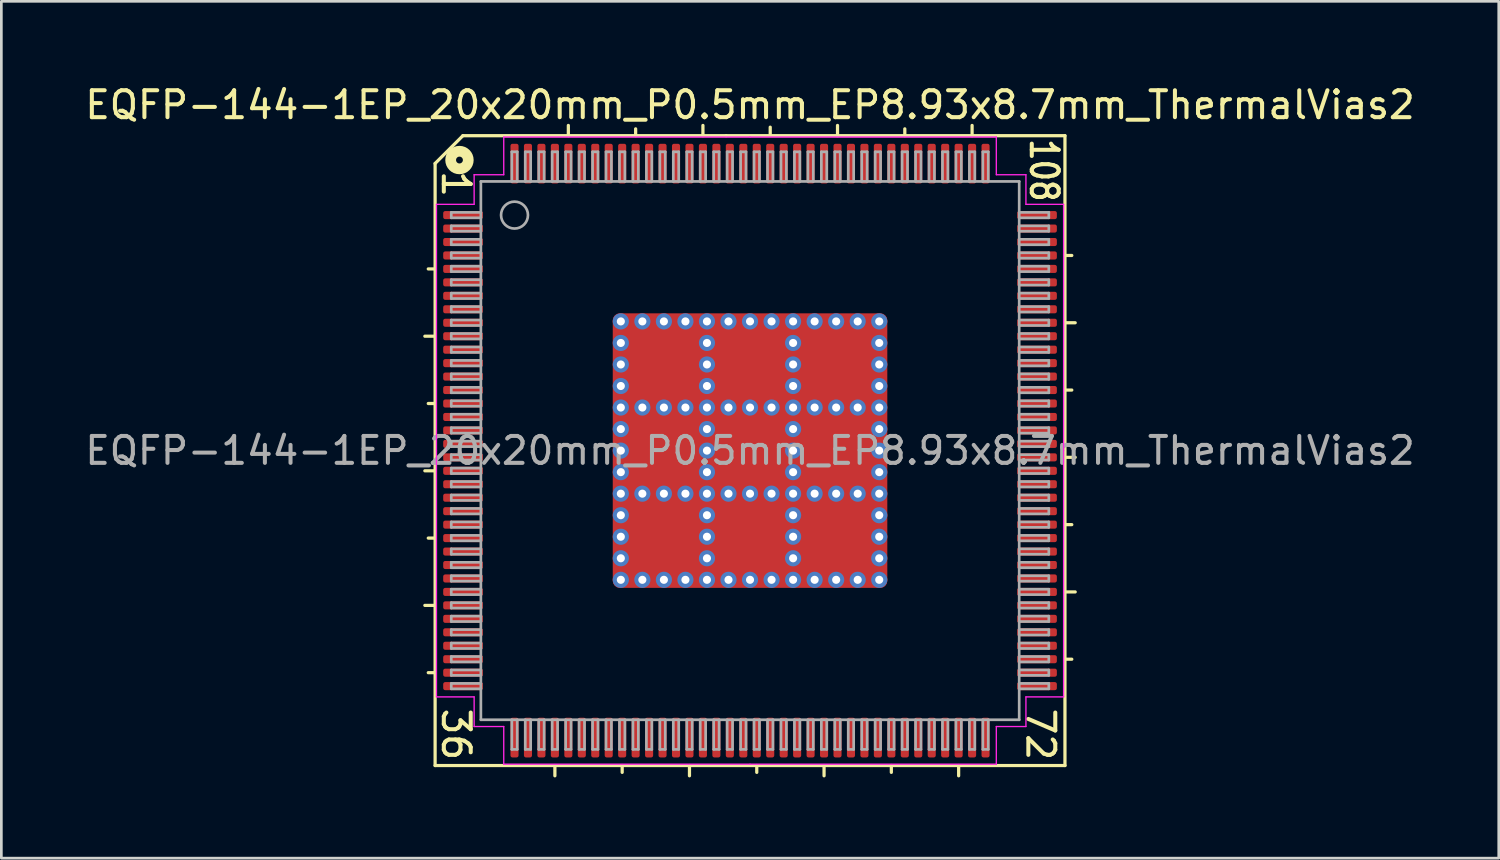
<source format=kicad_pcb>
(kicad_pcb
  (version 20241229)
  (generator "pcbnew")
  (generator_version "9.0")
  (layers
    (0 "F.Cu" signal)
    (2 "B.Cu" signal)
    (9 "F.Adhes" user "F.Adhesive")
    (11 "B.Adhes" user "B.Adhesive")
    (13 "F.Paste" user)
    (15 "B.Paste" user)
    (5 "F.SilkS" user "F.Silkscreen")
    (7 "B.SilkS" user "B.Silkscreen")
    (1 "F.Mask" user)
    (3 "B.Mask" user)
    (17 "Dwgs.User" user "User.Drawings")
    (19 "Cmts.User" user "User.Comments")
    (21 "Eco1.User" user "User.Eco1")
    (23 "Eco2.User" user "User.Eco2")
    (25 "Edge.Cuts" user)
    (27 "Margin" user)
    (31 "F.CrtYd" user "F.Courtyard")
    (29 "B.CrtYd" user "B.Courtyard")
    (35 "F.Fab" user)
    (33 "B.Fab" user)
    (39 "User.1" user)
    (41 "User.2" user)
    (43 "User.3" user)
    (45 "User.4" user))
  (footprint "EQFP-144-1EP_20x20mm_P0.5mm_EP8.93x8.7mm_ThermalVias2"
    (layer "F.Cu")
    (at 24.815 13.691)
    (property "Reference" "EQFP-144-1EP_20x20mm_P0.5mm_EP8.93x8.7mm_ThermalVias2" (at 0 -12.843 0) (layer "F.SilkS") (effects (font (size 1 1) (thickness 0.15))))
    (attr smd)
    (fp_line (start -11.7 -10.668) (end -11.7 11.7) (stroke (width 0.12) (type solid)) (layer "F.SilkS"))
    (fp_line (start -11.7 -6.75) (end -11.954 -6.75) (stroke (width 0.12) (type solid)) (layer "F.SilkS"))
    (fp_line (start -11.7 -4.25) (end -12.081 -4.25) (stroke (width 0.12) (type solid)) (layer "F.SilkS"))
    (fp_line (start -11.7 -1.75) (end -11.954 -1.75) (stroke (width 0.12) (type solid)) (layer "F.SilkS"))
    (fp_line (start -11.7 0.75) (end -12.081 0.75) (stroke (width 0.12) (type solid)) (layer "F.SilkS"))
    (fp_line (start -11.7 3.25) (end -11.954 3.25) (stroke (width 0.12) (type solid)) (layer "F.SilkS"))
    (fp_line (start -11.7 5.75) (end -12.081 5.75) (stroke (width 0.12) (type solid)) (layer "F.SilkS"))
    (fp_line (start -11.7 8.25) (end -11.954 8.25) (stroke (width 0.12) (type solid)) (layer "F.SilkS"))
    (fp_line (start -11.7 11.7) (end 11.7 11.7) (stroke (width 0.12) (type solid)) (layer "F.SilkS"))
    (fp_line (start -10.668 -11.7) (end -11.7 -10.668) (stroke (width 0.12) (type solid)) (layer "F.SilkS"))
    (fp_line (start -7.25 11.7) (end -7.25 12.081) (stroke (width 0.12) (type solid)) (layer "F.SilkS"))
    (fp_line (start -6.75 -11.7) (end -6.75 -12.081) (stroke (width 0.12) (type solid)) (layer "F.SilkS"))
    (fp_line (start -4.75 11.7) (end -4.75 11.954) (stroke (width 0.12) (type solid)) (layer "F.SilkS"))
    (fp_line (start -4.25 -11.7) (end -4.25 -11.954) (stroke (width 0.12) (type solid)) (layer "F.SilkS"))
    (fp_line (start -2.25 11.7) (end -2.25 12.081) (stroke (width 0.12) (type solid)) (layer "F.SilkS"))
    (fp_line (start -1.75 -11.7) (end -1.75 -12.081) (stroke (width 0.12) (type solid)) (layer "F.SilkS"))
    (fp_line (start -0.889 -11.7) (end -10.668 -11.7) (stroke (width 0.12) (type solid)) (layer "F.SilkS"))
    (fp_line (start 0.25 11.7) (end 0.25 11.954) (stroke (width 0.12) (type solid)) (layer "F.SilkS"))
    (fp_line (start 0.75 -11.766) (end 0.75 -12.016) (stroke (width 0.12) (type solid)) (layer "F.SilkS"))
    (fp_line (start 2.75 11.7) (end 2.75 12.081) (stroke (width 0.12) (type solid)) (layer "F.SilkS"))
    (fp_line (start 3.25 -11.7) (end 3.25 -12.081) (stroke (width 0.12) (type solid)) (layer "F.SilkS"))
    (fp_line (start 5.25 11.7) (end 5.25 11.954) (stroke (width 0.12) (type solid)) (layer "F.SilkS"))
    (fp_line (start 5.75 -11.7) (end 5.75 -11.954) (stroke (width 0.12) (type solid)) (layer "F.SilkS"))
    (fp_line (start 7.75 11.7) (end 7.75 12.081) (stroke (width 0.12) (type solid)) (layer "F.SilkS"))
    (fp_line (start 8.25 -11.7) (end 8.25 -12.081) (stroke (width 0.12) (type solid)) (layer "F.SilkS"))
    (fp_line (start 11.7 -11.7) (end -0.889 -11.7) (stroke (width 0.12) (type solid)) (layer "F.SilkS"))
    (fp_line (start 11.7 -7.25) (end 11.954 -7.25) (stroke (width 0.12) (type solid)) (layer "F.SilkS"))
    (fp_line (start 11.7 -4.75) (end 12.081 -4.75) (stroke (width 0.12) (type solid)) (layer "F.SilkS"))
    (fp_line (start 11.7 -2.25) (end 11.954 -2.25) (stroke (width 0.12) (type solid)) (layer "F.SilkS"))
    (fp_line (start 11.7 0.25) (end 12.081 0.25) (stroke (width 0.12) (type solid)) (layer "F.SilkS"))
    (fp_line (start 11.7 2.75) (end 11.954 2.75) (stroke (width 0.12) (type solid)) (layer "F.SilkS"))
    (fp_line (start 11.7 5.25) (end 12.081 5.25) (stroke (width 0.12) (type solid)) (layer "F.SilkS"))
    (fp_line (start 11.7 7.75) (end 11.954 7.75) (stroke (width 0.12) (type solid)) (layer "F.SilkS"))
    (fp_line (start 11.7 11.7) (end 11.7 -11.7) (stroke (width 0.12) (type solid)) (layer "F.SilkS"))
    (fp_circle (center -10.795 -10.795) (end -10.668 -10.795) (stroke (width 0.4) (type solid)) (fill no) (layer "F.SilkS"))
    (fp_line (start -11.65 -9.15) (end -11.65 0) (stroke (width 0.05) (type solid)) (layer "F.CrtYd"))
    (fp_line (start -11.65 9.15) (end -11.65 0) (stroke (width 0.05) (type solid)) (layer "F.CrtYd"))
    (fp_line (start -10.25 -10.25) (end -10.25 -9.15) (stroke (width 0.05) (type solid)) (layer "F.CrtYd"))
    (fp_line (start -10.25 -9.15) (end -11.65 -9.15) (stroke (width 0.05) (type solid)) (layer "F.CrtYd"))
    (fp_line (start -10.25 9.15) (end -11.65 9.15) (stroke (width 0.05) (type solid)) (layer "F.CrtYd"))
    (fp_line (start -10.25 10.25) (end -10.25 9.15) (stroke (width 0.05) (type solid)) (layer "F.CrtYd"))
    (fp_line (start -9.15 -11.65) (end -9.15 -10.25) (stroke (width 0.05) (type solid)) (layer "F.CrtYd"))
    (fp_line (start -9.15 -10.25) (end -10.25 -10.25) (stroke (width 0.05) (type solid)) (layer "F.CrtYd"))
    (fp_line (start -9.15 10.25) (end -10.25 10.25) (stroke (width 0.05) (type solid)) (layer "F.CrtYd"))
    (fp_line (start -9.15 11.65) (end -9.15 10.25) (stroke (width 0.05) (type solid)) (layer "F.CrtYd"))
    (fp_line (start 0 -11.65) (end -9.15 -11.65) (stroke (width 0.05) (type solid)) (layer "F.CrtYd"))
    (fp_line (start 0 -11.65) (end 9.15 -11.65) (stroke (width 0.05) (type solid)) (layer "F.CrtYd"))
    (fp_line (start 0 11.65) (end -9.15 11.65) (stroke (width 0.05) (type solid)) (layer "F.CrtYd"))
    (fp_line (start 0 11.65) (end 9.15 11.65) (stroke (width 0.05) (type solid)) (layer "F.CrtYd"))
    (fp_line (start 9.15 -11.65) (end 9.15 -10.25) (stroke (width 0.05) (type solid)) (layer "F.CrtYd"))
    (fp_line (start 9.15 -10.25) (end 10.25 -10.25) (stroke (width 0.05) (type solid)) (layer "F.CrtYd"))
    (fp_line (start 9.15 10.25) (end 10.25 10.25) (stroke (width 0.05) (type solid)) (layer "F.CrtYd"))
    (fp_line (start 9.15 11.65) (end 9.15 10.25) (stroke (width 0.05) (type solid)) (layer "F.CrtYd"))
    (fp_line (start 10.25 -10.25) (end 10.25 -9.15) (stroke (width 0.05) (type solid)) (layer "F.CrtYd"))
    (fp_line (start 10.25 -9.15) (end 11.65 -9.15) (stroke (width 0.05) (type solid)) (layer "F.CrtYd"))
    (fp_line (start 10.25 9.15) (end 11.65 9.15) (stroke (width 0.05) (type solid)) (layer "F.CrtYd"))
    (fp_line (start 10.25 10.25) (end 10.25 9.15) (stroke (width 0.05) (type solid)) (layer "F.CrtYd"))
    (fp_line (start 11.65 -9.15) (end 11.65 0) (stroke (width 0.05) (type solid)) (layer "F.CrtYd"))
    (fp_line (start 11.65 9.15) (end 11.65 0) (stroke (width 0.05) (type solid)) (layer "F.CrtYd"))
    (fp_line (start -11.1 -8.85) (end -11.1 -8.65) (stroke (width 0.1) (type solid)) (layer "F.Fab"))
    (fp_line (start -11.1 -8.85) (end -10 -8.85) (stroke (width 0.1) (type solid)) (layer "F.Fab"))
    (fp_line (start -11.1 -8.65) (end -10 -8.65) (stroke (width 0.1) (type solid)) (layer "F.Fab"))
    (fp_line (start -11.1 -8.35) (end -11.1 -8.15) (stroke (width 0.1) (type solid)) (layer "F.Fab"))
    (fp_line (start -11.1 -8.35) (end -10 -8.35) (stroke (width 0.1) (type solid)) (layer "F.Fab"))
    (fp_line (start -11.1 -8.15) (end -10 -8.15) (stroke (width 0.1) (type solid)) (layer "F.Fab"))
    (fp_line (start -11.1 -7.85) (end -11.1 -7.65) (stroke (width 0.1) (type solid)) (layer "F.Fab"))
    (fp_line (start -11.1 -7.85) (end -10 -7.85) (stroke (width 0.1) (type solid)) (layer "F.Fab"))
    (fp_line (start -11.1 -7.65) (end -10 -7.65) (stroke (width 0.1) (type solid)) (layer "F.Fab"))
    (fp_line (start -11.1 -7.35) (end -11.1 -7.15) (stroke (width 0.1) (type solid)) (layer "F.Fab"))
    (fp_line (start -11.1 -7.35) (end -10 -7.35) (stroke (width 0.1) (type solid)) (layer "F.Fab"))
    (fp_line (start -11.1 -7.15) (end -10 -7.15) (stroke (width 0.1) (type solid)) (layer "F.Fab"))
    (fp_line (start -11.1 -6.85) (end -11.1 -6.65) (stroke (width 0.1) (type solid)) (layer "F.Fab"))
    (fp_line (start -11.1 -6.85) (end -10 -6.85) (stroke (width 0.1) (type solid)) (layer "F.Fab"))
    (fp_line (start -11.1 -6.65) (end -10 -6.65) (stroke (width 0.1) (type solid)) (layer "F.Fab"))
    (fp_line (start -11.1 -6.35) (end -11.1 -6.15) (stroke (width 0.1) (type solid)) (layer "F.Fab"))
    (fp_line (start -11.1 -6.35) (end -10 -6.35) (stroke (width 0.1) (type solid)) (layer "F.Fab"))
    (fp_line (start -11.1 -6.15) (end -10 -6.15) (stroke (width 0.1) (type solid)) (layer "F.Fab"))
    (fp_line (start -11.1 -5.85) (end -11.1 -5.65) (stroke (width 0.1) (type solid)) (layer "F.Fab"))
    (fp_line (start -11.1 -5.85) (end -10 -5.85) (stroke (width 0.1) (type solid)) (layer "F.Fab"))
    (fp_line (start -11.1 -5.65) (end -10 -5.65) (stroke (width 0.1) (type solid)) (layer "F.Fab"))
    (fp_line (start -11.1 -5.35) (end -11.1 -5.15) (stroke (width 0.1) (type solid)) (layer "F.Fab"))
    (fp_line (start -11.1 -5.35) (end -10 -5.35) (stroke (width 0.1) (type solid)) (layer "F.Fab"))
    (fp_line (start -11.1 -5.15) (end -10 -5.15) (stroke (width 0.1) (type solid)) (layer "F.Fab"))
    (fp_line (start -11.1 -4.85) (end -11.1 -4.65) (stroke (width 0.1) (type solid)) (layer "F.Fab"))
    (fp_line (start -11.1 -4.85) (end -10 -4.85) (stroke (width 0.1) (type solid)) (layer "F.Fab"))
    (fp_line (start -11.1 -4.65) (end -10 -4.65) (stroke (width 0.1) (type solid)) (layer "F.Fab"))
    (fp_line (start -11.1 -4.35) (end -11.1 -4.15) (stroke (width 0.1) (type solid)) (layer "F.Fab"))
    (fp_line (start -11.1 -4.35) (end -10 -4.35) (stroke (width 0.1) (type solid)) (layer "F.Fab"))
    (fp_line (start -11.1 -4.15) (end -10 -4.15) (stroke (width 0.1) (type solid)) (layer "F.Fab"))
    (fp_line (start -11.1 -3.85) (end -11.1 -3.65) (stroke (width 0.1) (type solid)) (layer "F.Fab"))
    (fp_line (start -11.1 -3.85) (end -10 -3.85) (stroke (width 0.1) (type solid)) (layer "F.Fab"))
    (fp_line (start -11.1 -3.65) (end -10 -3.65) (stroke (width 0.1) (type solid)) (layer "F.Fab"))
    (fp_line (start -11.1 -3.35) (end -11.1 -3.15) (stroke (width 0.1) (type solid)) (layer "F.Fab"))
    (fp_line (start -11.1 -3.35) (end -10 -3.35) (stroke (width 0.1) (type solid)) (layer "F.Fab"))
    (fp_line (start -11.1 -3.15) (end -10 -3.15) (stroke (width 0.1) (type solid)) (layer "F.Fab"))
    (fp_line (start -11.1 -2.85) (end -11.1 -2.65) (stroke (width 0.1) (type solid)) (layer "F.Fab"))
    (fp_line (start -11.1 -2.85) (end -10 -2.85) (stroke (width 0.1) (type solid)) (layer "F.Fab"))
    (fp_line (start -11.1 -2.65) (end -10 -2.65) (stroke (width 0.1) (type solid)) (layer "F.Fab"))
    (fp_line (start -11.1 -2.35) (end -11.1 -2.15) (stroke (width 0.1) (type solid)) (layer "F.Fab"))
    (fp_line (start -11.1 -2.35) (end -10 -2.35) (stroke (width 0.1) (type solid)) (layer "F.Fab"))
    (fp_line (start -11.1 -2.15) (end -10 -2.15) (stroke (width 0.1) (type solid)) (layer "F.Fab"))
    (fp_line (start -11.1 -1.85) (end -11.1 -1.65) (stroke (width 0.1) (type solid)) (layer "F.Fab"))
    (fp_line (start -11.1 -1.85) (end -10 -1.85) (stroke (width 0.1) (type solid)) (layer "F.Fab"))
    (fp_line (start -11.1 -1.65) (end -10 -1.65) (stroke (width 0.1) (type solid)) (layer "F.Fab"))
    (fp_line (start -11.1 -1.35) (end -11.1 -1.15) (stroke (width 0.1) (type solid)) (layer "F.Fab"))
    (fp_line (start -11.1 -1.35) (end -10 -1.35) (stroke (width 0.1) (type solid)) (layer "F.Fab"))
    (fp_line (start -11.1 -1.15) (end -10 -1.15) (stroke (width 0.1) (type solid)) (layer "F.Fab"))
    (fp_line (start -11.1 -0.85) (end -11.1 -0.65) (stroke (width 0.1) (type solid)) (layer "F.Fab"))
    (fp_line (start -11.1 -0.85) (end -10 -0.85) (stroke (width 0.1) (type solid)) (layer "F.Fab"))
    (fp_line (start -11.1 -0.65) (end -10 -0.65) (stroke (width 0.1) (type solid)) (layer "F.Fab"))
    (fp_line (start -11.1 -0.35) (end -11.1 -0.15) (stroke (width 0.1) (type solid)) (layer "F.Fab"))
    (fp_line (start -11.1 -0.35) (end -10 -0.35) (stroke (width 0.1) (type solid)) (layer "F.Fab"))
    (fp_line (start -11.1 -0.15) (end -10 -0.15) (stroke (width 0.1) (type solid)) (layer "F.Fab"))
    (fp_line (start -11.1 0.15) (end -11.1 0.35) (stroke (width 0.1) (type solid)) (layer "F.Fab"))
    (fp_line (start -11.1 0.15) (end -10 0.15) (stroke (width 0.1) (type solid)) (layer "F.Fab"))
    (fp_line (start -11.1 0.35) (end -10 0.35) (stroke (width 0.1) (type solid)) (layer "F.Fab"))
    (fp_line (start -11.1 0.65) (end -11.1 0.85) (stroke (width 0.1) (type solid)) (layer "F.Fab"))
    (fp_line (start -11.1 0.65) (end -10 0.65) (stroke (width 0.1) (type solid)) (layer "F.Fab"))
    (fp_line (start -11.1 0.85) (end -10 0.85) (stroke (width 0.1) (type solid)) (layer "F.Fab"))
    (fp_line (start -11.1 1.15) (end -11.1 1.35) (stroke (width 0.1) (type solid)) (layer "F.Fab"))
    (fp_line (start -11.1 1.15) (end -10 1.15) (stroke (width 0.1) (type solid)) (layer "F.Fab"))
    (fp_line (start -11.1 1.35) (end -10 1.35) (stroke (width 0.1) (type solid)) (layer "F.Fab"))
    (fp_line (start -11.1 1.65) (end -11.1 1.85) (stroke (width 0.1) (type solid)) (layer "F.Fab"))
    (fp_line (start -11.1 1.65) (end -10 1.65) (stroke (width 0.1) (type solid)) (layer "F.Fab"))
    (fp_line (start -11.1 1.85) (end -10 1.85) (stroke (width 0.1) (type solid)) (layer "F.Fab"))
    (fp_line (start -11.1 2.15) (end -11.1 2.35) (stroke (width 0.1) (type solid)) (layer "F.Fab"))
    (fp_line (start -11.1 2.15) (end -10 2.15) (stroke (width 0.1) (type solid)) (layer "F.Fab"))
    (fp_line (start -11.1 2.35) (end -10 2.35) (stroke (width 0.1) (type solid)) (layer "F.Fab"))
    (fp_line (start -11.1 2.65) (end -11.1 2.85) (stroke (width 0.1) (type solid)) (layer "F.Fab"))
    (fp_line (start -11.1 2.65) (end -10 2.65) (stroke (width 0.1) (type solid)) (layer "F.Fab"))
    (fp_line (start -11.1 2.85) (end -10 2.85) (stroke (width 0.1) (type solid)) (layer "F.Fab"))
    (fp_line (start -11.1 3.15) (end -11.1 3.35) (stroke (width 0.1) (type solid)) (layer "F.Fab"))
    (fp_line (start -11.1 3.15) (end -10 3.15) (stroke (width 0.1) (type solid)) (layer "F.Fab"))
    (fp_line (start -11.1 3.35) (end -10 3.35) (stroke (width 0.1) (type solid)) (layer "F.Fab"))
    (fp_line (start -11.1 3.65) (end -11.1 3.85) (stroke (width 0.1) (type solid)) (layer "F.Fab"))
    (fp_line (start -11.1 3.65) (end -10 3.65) (stroke (width 0.1) (type solid)) (layer "F.Fab"))
    (fp_line (start -11.1 3.85) (end -10 3.85) (stroke (width 0.1) (type solid)) (layer "F.Fab"))
    (fp_line (start -11.1 4.15) (end -11.1 4.35) (stroke (width 0.1) (type solid)) (layer "F.Fab"))
    (fp_line (start -11.1 4.15) (end -10 4.15) (stroke (width 0.1) (type solid)) (layer "F.Fab"))
    (fp_line (start -11.1 4.35) (end -10 4.35) (stroke (width 0.1) (type solid)) (layer "F.Fab"))
    (fp_line (start -11.1 4.65) (end -11.1 4.85) (stroke (width 0.1) (type solid)) (layer "F.Fab"))
    (fp_line (start -11.1 4.65) (end -10 4.65) (stroke (width 0.1) (type solid)) (layer "F.Fab"))
    (fp_line (start -11.1 4.85) (end -10 4.85) (stroke (width 0.1) (type solid)) (layer "F.Fab"))
    (fp_line (start -11.1 5.15) (end -11.1 5.35) (stroke (width 0.1) (type solid)) (layer "F.Fab"))
    (fp_line (start -11.1 5.15) (end -10 5.15) (stroke (width 0.1) (type solid)) (layer "F.Fab"))
    (fp_line (start -11.1 5.35) (end -10 5.35) (stroke (width 0.1) (type solid)) (layer "F.Fab"))
    (fp_line (start -11.1 5.65) (end -11.1 5.85) (stroke (width 0.1) (type solid)) (layer "F.Fab"))
    (fp_line (start -11.1 5.65) (end -10 5.65) (stroke (width 0.1) (type solid)) (layer "F.Fab"))
    (fp_line (start -11.1 5.85) (end -10 5.85) (stroke (width 0.1) (type solid)) (layer "F.Fab"))
    (fp_line (start -11.1 6.15) (end -11.1 6.35) (stroke (width 0.1) (type solid)) (layer "F.Fab"))
    (fp_line (start -11.1 6.15) (end -10 6.15) (stroke (width 0.1) (type solid)) (layer "F.Fab"))
    (fp_line (start -11.1 6.35) (end -10 6.35) (stroke (width 0.1) (type solid)) (layer "F.Fab"))
    (fp_line (start -11.1 6.65) (end -11.1 6.85) (stroke (width 0.1) (type solid)) (layer "F.Fab"))
    (fp_line (start -11.1 6.65) (end -10 6.65) (stroke (width 0.1) (type solid)) (layer "F.Fab"))
    (fp_line (start -11.1 6.85) (end -10 6.85) (stroke (width 0.1) (type solid)) (layer "F.Fab"))
    (fp_line (start -11.1 7.15) (end -11.1 7.35) (stroke (width 0.1) (type solid)) (layer "F.Fab"))
    (fp_line (start -11.1 7.15) (end -10 7.15) (stroke (width 0.1) (type solid)) (layer "F.Fab"))
    (fp_line (start -11.1 7.35) (end -10 7.35) (stroke (width 0.1) (type solid)) (layer "F.Fab"))
    (fp_line (start -11.1 7.65) (end -11.1 7.85) (stroke (width 0.1) (type solid)) (layer "F.Fab"))
    (fp_line (start -11.1 7.65) (end -10 7.65) (stroke (width 0.1) (type solid)) (layer "F.Fab"))
    (fp_line (start -11.1 7.85) (end -10 7.85) (stroke (width 0.1) (type solid)) (layer "F.Fab"))
    (fp_line (start -11.1 8.15) (end -11.1 8.35) (stroke (width 0.1) (type solid)) (layer "F.Fab"))
    (fp_line (start -11.1 8.15) (end -10 8.15) (stroke (width 0.1) (type solid)) (layer "F.Fab"))
    (fp_line (start -11.1 8.35) (end -10 8.35) (stroke (width 0.1) (type solid)) (layer "F.Fab"))
    (fp_line (start -11.1 8.65) (end -11.1 8.85) (stroke (width 0.1) (type solid)) (layer "F.Fab"))
    (fp_line (start -11.1 8.65) (end -10 8.65) (stroke (width 0.1) (type solid)) (layer "F.Fab"))
    (fp_line (start -11.1 8.85) (end -10 8.85) (stroke (width 0.1) (type solid)) (layer "F.Fab"))
    (fp_line (start -10 -10) (end 10 -10) (stroke (width 0.1) (type solid)) (layer "F.Fab"))
    (fp_line (start -10 10) (end -10 -10) (stroke (width 0.1) (type solid)) (layer "F.Fab"))
    (fp_line (start -8.85 -11.1) (end -8.85 -10) (stroke (width 0.1) (type solid)) (layer "F.Fab"))
    (fp_line (start -8.85 11.1) (end -8.85 10) (stroke (width 0.1) (type solid)) (layer "F.Fab"))
    (fp_line (start -8.85 11.1) (end -8.65 11.1) (stroke (width 0.1) (type solid)) (layer "F.Fab"))
    (fp_line (start -8.65 -11.1) (end -8.85 -11.1) (stroke (width 0.1) (type solid)) (layer "F.Fab"))
    (fp_line (start -8.65 -11.1) (end -8.65 -10) (stroke (width 0.1) (type solid)) (layer "F.Fab"))
    (fp_line (start -8.65 11.1) (end -8.65 10) (stroke (width 0.1) (type solid)) (layer "F.Fab"))
    (fp_line (start -8.35 -11.1) (end -8.35 -10) (stroke (width 0.1) (type solid)) (layer "F.Fab"))
    (fp_line (start -8.35 11.1) (end -8.35 10) (stroke (width 0.1) (type solid)) (layer "F.Fab"))
    (fp_line (start -8.35 11.1) (end -8.15 11.1) (stroke (width 0.1) (type solid)) (layer "F.Fab"))
    (fp_line (start -8.15 -11.1) (end -8.35 -11.1) (stroke (width 0.1) (type solid)) (layer "F.Fab"))
    (fp_line (start -8.15 -11.1) (end -8.15 -10) (stroke (width 0.1) (type solid)) (layer "F.Fab"))
    (fp_line (start -8.15 11.1) (end -8.15 10) (stroke (width 0.1) (type solid)) (layer "F.Fab"))
    (fp_line (start -7.85 -11.1) (end -7.85 -10) (stroke (width 0.1) (type solid)) (layer "F.Fab"))
    (fp_line (start -7.85 11.1) (end -7.85 10) (stroke (width 0.1) (type solid)) (layer "F.Fab"))
    (fp_line (start -7.85 11.1) (end -7.65 11.1) (stroke (width 0.1) (type solid)) (layer "F.Fab"))
    (fp_line (start -7.65 -11.1) (end -7.85 -11.1) (stroke (width 0.1) (type solid)) (layer "F.Fab"))
    (fp_line (start -7.65 -11.1) (end -7.65 -10) (stroke (width 0.1) (type solid)) (layer "F.Fab"))
    (fp_line (start -7.65 11.1) (end -7.65 10) (stroke (width 0.1) (type solid)) (layer "F.Fab"))
    (fp_line (start -7.35 -11.1) (end -7.35 -10) (stroke (width 0.1) (type solid)) (layer "F.Fab"))
    (fp_line (start -7.35 11.1) (end -7.35 10) (stroke (width 0.1) (type solid)) (layer "F.Fab"))
    (fp_line (start -7.35 11.1) (end -7.15 11.1) (stroke (width 0.1) (type solid)) (layer "F.Fab"))
    (fp_line (start -7.15 -11.1) (end -7.35 -11.1) (stroke (width 0.1) (type solid)) (layer "F.Fab"))
    (fp_line (start -7.15 -11.1) (end -7.15 -10) (stroke (width 0.1) (type solid)) (layer "F.Fab"))
    (fp_line (start -7.15 11.1) (end -7.15 10) (stroke (width 0.1) (type solid)) (layer "F.Fab"))
    (fp_line (start -6.85 -11.1) (end -6.85 -10) (stroke (width 0.1) (type solid)) (layer "F.Fab"))
    (fp_line (start -6.85 11.1) (end -6.85 10) (stroke (width 0.1) (type solid)) (layer "F.Fab"))
    (fp_line (start -6.85 11.1) (end -6.65 11.1) (stroke (width 0.1) (type solid)) (layer "F.Fab"))
    (fp_line (start -6.65 -11.1) (end -6.85 -11.1) (stroke (width 0.1) (type solid)) (layer "F.Fab"))
    (fp_line (start -6.65 -11.1) (end -6.65 -10) (stroke (width 0.1) (type solid)) (layer "F.Fab"))
    (fp_line (start -6.65 11.1) (end -6.65 10) (stroke (width 0.1) (type solid)) (layer "F.Fab"))
    (fp_line (start -6.35 -11.1) (end -6.35 -10) (stroke (width 0.1) (type solid)) (layer "F.Fab"))
    (fp_line (start -6.35 11.1) (end -6.35 10) (stroke (width 0.1) (type solid)) (layer "F.Fab"))
    (fp_line (start -6.35 11.1) (end -6.15 11.1) (stroke (width 0.1) (type solid)) (layer "F.Fab"))
    (fp_line (start -6.15 -11.1) (end -6.35 -11.1) (stroke (width 0.1) (type solid)) (layer "F.Fab"))
    (fp_line (start -6.15 -11.1) (end -6.15 -10) (stroke (width 0.1) (type solid)) (layer "F.Fab"))
    (fp_line (start -6.15 11.1) (end -6.15 10) (stroke (width 0.1) (type solid)) (layer "F.Fab"))
    (fp_line (start -5.85 -11.1) (end -5.85 -10) (stroke (width 0.1) (type solid)) (layer "F.Fab"))
    (fp_line (start -5.85 11.1) (end -5.85 10) (stroke (width 0.1) (type solid)) (layer "F.Fab"))
    (fp_line (start -5.85 11.1) (end -5.65 11.1) (stroke (width 0.1) (type solid)) (layer "F.Fab"))
    (fp_line (start -5.65 -11.1) (end -5.85 -11.1) (stroke (width 0.1) (type solid)) (layer "F.Fab"))
    (fp_line (start -5.65 -11.1) (end -5.65 -10) (stroke (width 0.1) (type solid)) (layer "F.Fab"))
    (fp_line (start -5.65 11.1) (end -5.65 10) (stroke (width 0.1) (type solid)) (layer "F.Fab"))
    (fp_line (start -5.35 -11.1) (end -5.35 -10) (stroke (width 0.1) (type solid)) (layer "F.Fab"))
    (fp_line (start -5.35 11.1) (end -5.35 10) (stroke (width 0.1) (type solid)) (layer "F.Fab"))
    (fp_line (start -5.35 11.1) (end -5.15 11.1) (stroke (width 0.1) (type solid)) (layer "F.Fab"))
    (fp_line (start -5.15 -11.1) (end -5.35 -11.1) (stroke (width 0.1) (type solid)) (layer "F.Fab"))
    (fp_line (start -5.15 -11.1) (end -5.15 -10) (stroke (width 0.1) (type solid)) (layer "F.Fab"))
    (fp_line (start -5.15 11.1) (end -5.15 10) (stroke (width 0.1) (type solid)) (layer "F.Fab"))
    (fp_line (start -4.85 -11.1) (end -4.85 -10) (stroke (width 0.1) (type solid)) (layer "F.Fab"))
    (fp_line (start -4.85 11.1) (end -4.85 10) (stroke (width 0.1) (type solid)) (layer "F.Fab"))
    (fp_line (start -4.85 11.1) (end -4.65 11.1) (stroke (width 0.1) (type solid)) (layer "F.Fab"))
    (fp_line (start -4.65 -11.1) (end -4.85 -11.1) (stroke (width 0.1) (type solid)) (layer "F.Fab"))
    (fp_line (start -4.65 -11.1) (end -4.65 -10) (stroke (width 0.1) (type solid)) (layer "F.Fab"))
    (fp_line (start -4.65 11.1) (end -4.65 10) (stroke (width 0.1) (type solid)) (layer "F.Fab"))
    (fp_line (start -4.35 -11.1) (end -4.35 -10) (stroke (width 0.1) (type solid)) (layer "F.Fab"))
    (fp_line (start -4.35 11.1) (end -4.35 10) (stroke (width 0.1) (type solid)) (layer "F.Fab"))
    (fp_line (start -4.35 11.1) (end -4.15 11.1) (stroke (width 0.1) (type solid)) (layer "F.Fab"))
    (fp_line (start -4.15 -11.1) (end -4.35 -11.1) (stroke (width 0.1) (type solid)) (layer "F.Fab"))
    (fp_line (start -4.15 -11.1) (end -4.15 -10) (stroke (width 0.1) (type solid)) (layer "F.Fab"))
    (fp_line (start -4.15 11.1) (end -4.15 10) (stroke (width 0.1) (type solid)) (layer "F.Fab"))
    (fp_line (start -3.85 -11.1) (end -3.85 -10) (stroke (width 0.1) (type solid)) (layer "F.Fab"))
    (fp_line (start -3.85 11.1) (end -3.85 10) (stroke (width 0.1) (type solid)) (layer "F.Fab"))
    (fp_line (start -3.85 11.1) (end -3.65 11.1) (stroke (width 0.1) (type solid)) (layer "F.Fab"))
    (fp_line (start -3.65 -11.1) (end -3.85 -11.1) (stroke (width 0.1) (type solid)) (layer "F.Fab"))
    (fp_line (start -3.65 -11.1) (end -3.65 -10) (stroke (width 0.1) (type solid)) (layer "F.Fab"))
    (fp_line (start -3.65 11.1) (end -3.65 10) (stroke (width 0.1) (type solid)) (layer "F.Fab"))
    (fp_line (start -3.35 -11.1) (end -3.35 -10) (stroke (width 0.1) (type solid)) (layer "F.Fab"))
    (fp_line (start -3.35 11.1) (end -3.35 10) (stroke (width 0.1) (type solid)) (layer "F.Fab"))
    (fp_line (start -3.35 11.1) (end -3.15 11.1) (stroke (width 0.1) (type solid)) (layer "F.Fab"))
    (fp_line (start -3.15 -11.1) (end -3.35 -11.1) (stroke (width 0.1) (type solid)) (layer "F.Fab"))
    (fp_line (start -3.15 -11.1) (end -3.15 -10) (stroke (width 0.1) (type solid)) (layer "F.Fab"))
    (fp_line (start -3.15 11.1) (end -3.15 10) (stroke (width 0.1) (type solid)) (layer "F.Fab"))
    (fp_line (start -2.85 -11.1) (end -2.85 -10) (stroke (width 0.1) (type solid)) (layer "F.Fab"))
    (fp_line (start -2.85 11.1) (end -2.85 10) (stroke (width 0.1) (type solid)) (layer "F.Fab"))
    (fp_line (start -2.85 11.1) (end -2.65 11.1) (stroke (width 0.1) (type solid)) (layer "F.Fab"))
    (fp_line (start -2.65 -11.1) (end -2.85 -11.1) (stroke (width 0.1) (type solid)) (layer "F.Fab"))
    (fp_line (start -2.65 -11.1) (end -2.65 -10) (stroke (width 0.1) (type solid)) (layer "F.Fab"))
    (fp_line (start -2.65 11.1) (end -2.65 10) (stroke (width 0.1) (type solid)) (layer "F.Fab"))
    (fp_line (start -2.35 -11.1) (end -2.35 -10) (stroke (width 0.1) (type solid)) (layer "F.Fab"))
    (fp_line (start -2.35 11.1) (end -2.35 10) (stroke (width 0.1) (type solid)) (layer "F.Fab"))
    (fp_line (start -2.35 11.1) (end -2.15 11.1) (stroke (width 0.1) (type solid)) (layer "F.Fab"))
    (fp_line (start -2.15 -11.1) (end -2.35 -11.1) (stroke (width 0.1) (type solid)) (layer "F.Fab"))
    (fp_line (start -2.15 -11.1) (end -2.15 -10) (stroke (width 0.1) (type solid)) (layer "F.Fab"))
    (fp_line (start -2.15 11.1) (end -2.15 10) (stroke (width 0.1) (type solid)) (layer "F.Fab"))
    (fp_line (start -1.85 -11.1) (end -1.85 -10) (stroke (width 0.1) (type solid)) (layer "F.Fab"))
    (fp_line (start -1.85 11.1) (end -1.85 10) (stroke (width 0.1) (type solid)) (layer "F.Fab"))
    (fp_line (start -1.85 11.1) (end -1.65 11.1) (stroke (width 0.1) (type solid)) (layer "F.Fab"))
    (fp_line (start -1.65 -11.1) (end -1.85 -11.1) (stroke (width 0.1) (type solid)) (layer "F.Fab"))
    (fp_line (start -1.65 -11.1) (end -1.65 -10) (stroke (width 0.1) (type solid)) (layer "F.Fab"))
    (fp_line (start -1.65 11.1) (end -1.65 10) (stroke (width 0.1) (type solid)) (layer "F.Fab"))
    (fp_line (start -1.35 -11.1) (end -1.35 -10) (stroke (width 0.1) (type solid)) (layer "F.Fab"))
    (fp_line (start -1.35 11.1) (end -1.35 10) (stroke (width 0.1) (type solid)) (layer "F.Fab"))
    (fp_line (start -1.35 11.1) (end -1.15 11.1) (stroke (width 0.1) (type solid)) (layer "F.Fab"))
    (fp_line (start -1.15 -11.1) (end -1.35 -11.1) (stroke (width 0.1) (type solid)) (layer "F.Fab"))
    (fp_line (start -1.15 -11.1) (end -1.15 -10) (stroke (width 0.1) (type solid)) (layer "F.Fab"))
    (fp_line (start -1.15 11.1) (end -1.15 10) (stroke (width 0.1) (type solid)) (layer "F.Fab"))
    (fp_line (start -0.85 -11.1) (end -0.85 -10) (stroke (width 0.1) (type solid)) (layer "F.Fab"))
    (fp_line (start -0.85 11.1) (end -0.85 10) (stroke (width 0.1) (type solid)) (layer "F.Fab"))
    (fp_line (start -0.85 11.1) (end -0.65 11.1) (stroke (width 0.1) (type solid)) (layer "F.Fab"))
    (fp_line (start -0.65 -11.1) (end -0.85 -11.1) (stroke (width 0.1) (type solid)) (layer "F.Fab"))
    (fp_line (start -0.65 -11.1) (end -0.65 -10) (stroke (width 0.1) (type solid)) (layer "F.Fab"))
    (fp_line (start -0.65 11.1) (end -0.65 10) (stroke (width 0.1) (type solid)) (layer "F.Fab"))
    (fp_line (start -0.35 -11.1) (end -0.35 -10) (stroke (width 0.1) (type solid)) (layer "F.Fab"))
    (fp_line (start -0.35 11.1) (end -0.35 10) (stroke (width 0.1) (type solid)) (layer "F.Fab"))
    (fp_line (start -0.35 11.1) (end -0.15 11.1) (stroke (width 0.1) (type solid)) (layer "F.Fab"))
    (fp_line (start -0.15 -11.1) (end -0.35 -11.1) (stroke (width 0.1) (type solid)) (layer "F.Fab"))
    (fp_line (start -0.15 -11.1) (end -0.15 -10) (stroke (width 0.1) (type solid)) (layer "F.Fab"))
    (fp_line (start -0.15 11.1) (end -0.15 10) (stroke (width 0.1) (type solid)) (layer "F.Fab"))
    (fp_line (start 0.15 -11.1) (end 0.15 -10) (stroke (width 0.1) (type solid)) (layer "F.Fab"))
    (fp_line (start 0.15 11.1) (end 0.15 10) (stroke (width 0.1) (type solid)) (layer "F.Fab"))
    (fp_line (start 0.15 11.1) (end 0.35 11.1) (stroke (width 0.1) (type solid)) (layer "F.Fab"))
    (fp_line (start 0.35 -11.1) (end 0.15 -11.1) (stroke (width 0.1) (type solid)) (layer "F.Fab"))
    (fp_line (start 0.35 -11.1) (end 0.35 -10) (stroke (width 0.1) (type solid)) (layer "F.Fab"))
    (fp_line (start 0.35 11.1) (end 0.35 10) (stroke (width 0.1) (type solid)) (layer "F.Fab"))
    (fp_line (start 0.65 -11.1) (end 0.65 -10) (stroke (width 0.1) (type solid)) (layer "F.Fab"))
    (fp_line (start 0.65 11.1) (end 0.65 10) (stroke (width 0.1) (type solid)) (layer "F.Fab"))
    (fp_line (start 0.65 11.1) (end 0.85 11.1) (stroke (width 0.1) (type solid)) (layer "F.Fab"))
    (fp_line (start 0.85 -11.1) (end 0.65 -11.1) (stroke (width 0.1) (type solid)) (layer "F.Fab"))
    (fp_line (start 0.85 -11.1) (end 0.85 -10) (stroke (width 0.1) (type solid)) (layer "F.Fab"))
    (fp_line (start 0.85 11.1) (end 0.85 10) (stroke (width 0.1) (type solid)) (layer "F.Fab"))
    (fp_line (start 1.15 -11.1) (end 1.15 -10) (stroke (width 0.1) (type solid)) (layer "F.Fab"))
    (fp_line (start 1.15 11.1) (end 1.15 10) (stroke (width 0.1) (type solid)) (layer "F.Fab"))
    (fp_line (start 1.15 11.1) (end 1.35 11.1) (stroke (width 0.1) (type solid)) (layer "F.Fab"))
    (fp_line (start 1.35 -11.1) (end 1.15 -11.1) (stroke (width 0.1) (type solid)) (layer "F.Fab"))
    (fp_line (start 1.35 -11.1) (end 1.35 -10) (stroke (width 0.1) (type solid)) (layer "F.Fab"))
    (fp_line (start 1.35 11.1) (end 1.35 10) (stroke (width 0.1) (type solid)) (layer "F.Fab"))
    (fp_line (start 1.65 -11.1) (end 1.65 -10) (stroke (width 0.1) (type solid)) (layer "F.Fab"))
    (fp_line (start 1.65 11.1) (end 1.65 10) (stroke (width 0.1) (type solid)) (layer "F.Fab"))
    (fp_line (start 1.65 11.1) (end 1.85 11.1) (stroke (width 0.1) (type solid)) (layer "F.Fab"))
    (fp_line (start 1.85 -11.1) (end 1.65 -11.1) (stroke (width 0.1) (type solid)) (layer "F.Fab"))
    (fp_line (start 1.85 -11.1) (end 1.85 -10) (stroke (width 0.1) (type solid)) (layer "F.Fab"))
    (fp_line (start 1.85 11.1) (end 1.85 10) (stroke (width 0.1) (type solid)) (layer "F.Fab"))
    (fp_line (start 2.15 -11.1) (end 2.15 -10) (stroke (width 0.1) (type solid)) (layer "F.Fab"))
    (fp_line (start 2.15 11.1) (end 2.15 10) (stroke (width 0.1) (type solid)) (layer "F.Fab"))
    (fp_line (start 2.15 11.1) (end 2.35 11.1) (stroke (width 0.1) (type solid)) (layer "F.Fab"))
    (fp_line (start 2.35 -11.1) (end 2.15 -11.1) (stroke (width 0.1) (type solid)) (layer "F.Fab"))
    (fp_line (start 2.35 -11.1) (end 2.35 -10) (stroke (width 0.1) (type solid)) (layer "F.Fab"))
    (fp_line (start 2.35 11.1) (end 2.35 10) (stroke (width 0.1) (type solid)) (layer "F.Fab"))
    (fp_line (start 2.65 -11.1) (end 2.65 -10) (stroke (width 0.1) (type solid)) (layer "F.Fab"))
    (fp_line (start 2.65 11.1) (end 2.65 10) (stroke (width 0.1) (type solid)) (layer "F.Fab"))
    (fp_line (start 2.65 11.1) (end 2.85 11.1) (stroke (width 0.1) (type solid)) (layer "F.Fab"))
    (fp_line (start 2.85 -11.1) (end 2.65 -11.1) (stroke (width 0.1) (type solid)) (layer "F.Fab"))
    (fp_line (start 2.85 -11.1) (end 2.85 -10) (stroke (width 0.1) (type solid)) (layer "F.Fab"))
    (fp_line (start 2.85 11.1) (end 2.85 10) (stroke (width 0.1) (type solid)) (layer "F.Fab"))
    (fp_line (start 3.15 -11.1) (end 3.15 -10) (stroke (width 0.1) (type solid)) (layer "F.Fab"))
    (fp_line (start 3.15 11.1) (end 3.15 10) (stroke (width 0.1) (type solid)) (layer "F.Fab"))
    (fp_line (start 3.15 11.1) (end 3.35 11.1) (stroke (width 0.1) (type solid)) (layer "F.Fab"))
    (fp_line (start 3.35 -11.1) (end 3.15 -11.1) (stroke (width 0.1) (type solid)) (layer "F.Fab"))
    (fp_line (start 3.35 -11.1) (end 3.35 -10) (stroke (width 0.1) (type solid)) (layer "F.Fab"))
    (fp_line (start 3.35 11.1) (end 3.35 10) (stroke (width 0.1) (type solid)) (layer "F.Fab"))
    (fp_line (start 3.65 -11.1) (end 3.65 -10) (stroke (width 0.1) (type solid)) (layer "F.Fab"))
    (fp_line (start 3.65 11.1) (end 3.65 10) (stroke (width 0.1) (type solid)) (layer "F.Fab"))
    (fp_line (start 3.65 11.1) (end 3.85 11.1) (stroke (width 0.1) (type solid)) (layer "F.Fab"))
    (fp_line (start 3.85 -11.1) (end 3.65 -11.1) (stroke (width 0.1) (type solid)) (layer "F.Fab"))
    (fp_line (start 3.85 -11.1) (end 3.85 -10) (stroke (width 0.1) (type solid)) (layer "F.Fab"))
    (fp_line (start 3.85 11.1) (end 3.85 10) (stroke (width 0.1) (type solid)) (layer "F.Fab"))
    (fp_line (start 4.15 -11.1) (end 4.15 -10) (stroke (width 0.1) (type solid)) (layer "F.Fab"))
    (fp_line (start 4.15 11.1) (end 4.15 10) (stroke (width 0.1) (type solid)) (layer "F.Fab"))
    (fp_line (start 4.15 11.1) (end 4.35 11.1) (stroke (width 0.1) (type solid)) (layer "F.Fab"))
    (fp_line (start 4.35 -11.1) (end 4.15 -11.1) (stroke (width 0.1) (type solid)) (layer "F.Fab"))
    (fp_line (start 4.35 -11.1) (end 4.35 -10) (stroke (width 0.1) (type solid)) (layer "F.Fab"))
    (fp_line (start 4.35 11.1) (end 4.35 10) (stroke (width 0.1) (type solid)) (layer "F.Fab"))
    (fp_line (start 4.65 -11.1) (end 4.65 -10) (stroke (width 0.1) (type solid)) (layer "F.Fab"))
    (fp_line (start 4.65 11.1) (end 4.65 10) (stroke (width 0.1) (type solid)) (layer "F.Fab"))
    (fp_line (start 4.65 11.1) (end 4.85 11.1) (stroke (width 0.1) (type solid)) (layer "F.Fab"))
    (fp_line (start 4.85 -11.1) (end 4.65 -11.1) (stroke (width 0.1) (type solid)) (layer "F.Fab"))
    (fp_line (start 4.85 -11.1) (end 4.85 -10) (stroke (width 0.1) (type solid)) (layer "F.Fab"))
    (fp_line (start 4.85 11.1) (end 4.85 10) (stroke (width 0.1) (type solid)) (layer "F.Fab"))
    (fp_line (start 5.15 -11.1) (end 5.15 -10) (stroke (width 0.1) (type solid)) (layer "F.Fab"))
    (fp_line (start 5.15 11.1) (end 5.15 10) (stroke (width 0.1) (type solid)) (layer "F.Fab"))
    (fp_line (start 5.15 11.1) (end 5.35 11.1) (stroke (width 0.1) (type solid)) (layer "F.Fab"))
    (fp_line (start 5.35 -11.1) (end 5.15 -11.1) (stroke (width 0.1) (type solid)) (layer "F.Fab"))
    (fp_line (start 5.35 -11.1) (end 5.35 -10) (stroke (width 0.1) (type solid)) (layer "F.Fab"))
    (fp_line (start 5.35 11.1) (end 5.35 10) (stroke (width 0.1) (type solid)) (layer "F.Fab"))
    (fp_line (start 5.65 -11.1) (end 5.65 -10) (stroke (width 0.1) (type solid)) (layer "F.Fab"))
    (fp_line (start 5.65 11.1) (end 5.65 10) (stroke (width 0.1) (type solid)) (layer "F.Fab"))
    (fp_line (start 5.65 11.1) (end 5.85 11.1) (stroke (width 0.1) (type solid)) (layer "F.Fab"))
    (fp_line (start 5.85 -11.1) (end 5.65 -11.1) (stroke (width 0.1) (type solid)) (layer "F.Fab"))
    (fp_line (start 5.85 -11.1) (end 5.85 -10) (stroke (width 0.1) (type solid)) (layer "F.Fab"))
    (fp_line (start 5.85 11.1) (end 5.85 10) (stroke (width 0.1) (type solid)) (layer "F.Fab"))
    (fp_line (start 6.15 -11.1) (end 6.15 -10) (stroke (width 0.1) (type solid)) (layer "F.Fab"))
    (fp_line (start 6.15 11.1) (end 6.15 10) (stroke (width 0.1) (type solid)) (layer "F.Fab"))
    (fp_line (start 6.15 11.1) (end 6.35 11.1) (stroke (width 0.1) (type solid)) (layer "F.Fab"))
    (fp_line (start 6.35 -11.1) (end 6.15 -11.1) (stroke (width 0.1) (type solid)) (layer "F.Fab"))
    (fp_line (start 6.35 -11.1) (end 6.35 -10) (stroke (width 0.1) (type solid)) (layer "F.Fab"))
    (fp_line (start 6.35 11.1) (end 6.35 10) (stroke (width 0.1) (type solid)) (layer "F.Fab"))
    (fp_line (start 6.65 -11.1) (end 6.65 -10) (stroke (width 0.1) (type solid)) (layer "F.Fab"))
    (fp_line (start 6.65 11.1) (end 6.65 10) (stroke (width 0.1) (type solid)) (layer "F.Fab"))
    (fp_line (start 6.65 11.1) (end 6.85 11.1) (stroke (width 0.1) (type solid)) (layer "F.Fab"))
    (fp_line (start 6.85 -11.1) (end 6.65 -11.1) (stroke (width 0.1) (type solid)) (layer "F.Fab"))
    (fp_line (start 6.85 -11.1) (end 6.85 -10) (stroke (width 0.1) (type solid)) (layer "F.Fab"))
    (fp_line (start 6.85 11.1) (end 6.85 10) (stroke (width 0.1) (type solid)) (layer "F.Fab"))
    (fp_line (start 7.15 -11.1) (end 7.15 -10) (stroke (width 0.1) (type solid)) (layer "F.Fab"))
    (fp_line (start 7.15 11.1) (end 7.15 10) (stroke (width 0.1) (type solid)) (layer "F.Fab"))
    (fp_line (start 7.15 11.1) (end 7.35 11.1) (stroke (width 0.1) (type solid)) (layer "F.Fab"))
    (fp_line (start 7.35 -11.1) (end 7.15 -11.1) (stroke (width 0.1) (type solid)) (layer "F.Fab"))
    (fp_line (start 7.35 -11.1) (end 7.35 -10) (stroke (width 0.1) (type solid)) (layer "F.Fab"))
    (fp_line (start 7.35 11.1) (end 7.35 10) (stroke (width 0.1) (type solid)) (layer "F.Fab"))
    (fp_line (start 7.65 -11.1) (end 7.65 -10) (stroke (width 0.1) (type solid)) (layer "F.Fab"))
    (fp_line (start 7.65 11.1) (end 7.65 10) (stroke (width 0.1) (type solid)) (layer "F.Fab"))
    (fp_line (start 7.65 11.1) (end 7.85 11.1) (stroke (width 0.1) (type solid)) (layer "F.Fab"))
    (fp_line (start 7.85 -11.1) (end 7.65 -11.1) (stroke (width 0.1) (type solid)) (layer "F.Fab"))
    (fp_line (start 7.85 -11.1) (end 7.85 -10) (stroke (width 0.1) (type solid)) (layer "F.Fab"))
    (fp_line (start 7.85 11.1) (end 7.85 10) (stroke (width 0.1) (type solid)) (layer "F.Fab"))
    (fp_line (start 8.15 -11.1) (end 8.15 -10) (stroke (width 0.1) (type solid)) (layer "F.Fab"))
    (fp_line (start 8.15 11.1) (end 8.15 10) (stroke (width 0.1) (type solid)) (layer "F.Fab"))
    (fp_line (start 8.15 11.1) (end 8.35 11.1) (stroke (width 0.1) (type solid)) (layer "F.Fab"))
    (fp_line (start 8.35 -11.1) (end 8.15 -11.1) (stroke (width 0.1) (type solid)) (layer "F.Fab"))
    (fp_line (start 8.35 -11.1) (end 8.35 -10) (stroke (width 0.1) (type solid)) (layer "F.Fab"))
    (fp_line (start 8.35 11.1) (end 8.35 10) (stroke (width 0.1) (type solid)) (layer "F.Fab"))
    (fp_line (start 8.65 -11.1) (end 8.65 -10) (stroke (width 0.1) (type solid)) (layer "F.Fab"))
    (fp_line (start 8.65 11.1) (end 8.65 10) (stroke (width 0.1) (type solid)) (layer "F.Fab"))
    (fp_line (start 8.65 11.1) (end 8.85 11.1) (stroke (width 0.1) (type solid)) (layer "F.Fab"))
    (fp_line (start 8.85 -11.1) (end 8.65 -11.1) (stroke (width 0.1) (type solid)) (layer "F.Fab"))
    (fp_line (start 8.85 -11.1) (end 8.85 -10) (stroke (width 0.1) (type solid)) (layer "F.Fab"))
    (fp_line (start 8.85 11.1) (end 8.85 10) (stroke (width 0.1) (type solid)) (layer "F.Fab"))
    (fp_line (start 10 -10) (end 10 10) (stroke (width 0.1) (type solid)) (layer "F.Fab"))
    (fp_line (start 10 10) (end -10 10) (stroke (width 0.1) (type solid)) (layer "F.Fab"))
    (fp_line (start 11.1 -8.85) (end 10 -8.85) (stroke (width 0.1) (type solid)) (layer "F.Fab"))
    (fp_line (start 11.1 -8.65) (end 10 -8.65) (stroke (width 0.1) (type solid)) (layer "F.Fab"))
    (fp_line (start 11.1 -8.65) (end 11.1 -8.85) (stroke (width 0.1) (type solid)) (layer "F.Fab"))
    (fp_line (start 11.1 -8.35) (end 10 -8.35) (stroke (width 0.1) (type solid)) (layer "F.Fab"))
    (fp_line (start 11.1 -8.15) (end 10 -8.15) (stroke (width 0.1) (type solid)) (layer "F.Fab"))
    (fp_line (start 11.1 -8.15) (end 11.1 -8.35) (stroke (width 0.1) (type solid)) (layer "F.Fab"))
    (fp_line (start 11.1 -7.85) (end 10 -7.85) (stroke (width 0.1) (type solid)) (layer "F.Fab"))
    (fp_line (start 11.1 -7.65) (end 10 -7.65) (stroke (width 0.1) (type solid)) (layer "F.Fab"))
    (fp_line (start 11.1 -7.65) (end 11.1 -7.85) (stroke (width 0.1) (type solid)) (layer "F.Fab"))
    (fp_line (start 11.1 -7.35) (end 10 -7.35) (stroke (width 0.1) (type solid)) (layer "F.Fab"))
    (fp_line (start 11.1 -7.15) (end 10 -7.15) (stroke (width 0.1) (type solid)) (layer "F.Fab"))
    (fp_line (start 11.1 -7.15) (end 11.1 -7.35) (stroke (width 0.1) (type solid)) (layer "F.Fab"))
    (fp_line (start 11.1 -6.85) (end 10 -6.85) (stroke (width 0.1) (type solid)) (layer "F.Fab"))
    (fp_line (start 11.1 -6.65) (end 10 -6.65) (stroke (width 0.1) (type solid)) (layer "F.Fab"))
    (fp_line (start 11.1 -6.65) (end 11.1 -6.85) (stroke (width 0.1) (type solid)) (layer "F.Fab"))
    (fp_line (start 11.1 -6.35) (end 10 -6.35) (stroke (width 0.1) (type solid)) (layer "F.Fab"))
    (fp_line (start 11.1 -6.15) (end 10 -6.15) (stroke (width 0.1) (type solid)) (layer "F.Fab"))
    (fp_line (start 11.1 -6.15) (end 11.1 -6.35) (stroke (width 0.1) (type solid)) (layer "F.Fab"))
    (fp_line (start 11.1 -5.85) (end 10 -5.85) (stroke (width 0.1) (type solid)) (layer "F.Fab"))
    (fp_line (start 11.1 -5.65) (end 10 -5.65) (stroke (width 0.1) (type solid)) (layer "F.Fab"))
    (fp_line (start 11.1 -5.65) (end 11.1 -5.85) (stroke (width 0.1) (type solid)) (layer "F.Fab"))
    (fp_line (start 11.1 -5.35) (end 10 -5.35) (stroke (width 0.1) (type solid)) (layer "F.Fab"))
    (fp_line (start 11.1 -5.15) (end 10 -5.15) (stroke (width 0.1) (type solid)) (layer "F.Fab"))
    (fp_line (start 11.1 -5.15) (end 11.1 -5.35) (stroke (width 0.1) (type solid)) (layer "F.Fab"))
    (fp_line (start 11.1 -4.85) (end 10 -4.85) (stroke (width 0.1) (type solid)) (layer "F.Fab"))
    (fp_line (start 11.1 -4.65) (end 10 -4.65) (stroke (width 0.1) (type solid)) (layer "F.Fab"))
    (fp_line (start 11.1 -4.65) (end 11.1 -4.85) (stroke (width 0.1) (type solid)) (layer "F.Fab"))
    (fp_line (start 11.1 -4.35) (end 10 -4.35) (stroke (width 0.1) (type solid)) (layer "F.Fab"))
    (fp_line (start 11.1 -4.15) (end 10 -4.15) (stroke (width 0.1) (type solid)) (layer "F.Fab"))
    (fp_line (start 11.1 -4.15) (end 11.1 -4.35) (stroke (width 0.1) (type solid)) (layer "F.Fab"))
    (fp_line (start 11.1 -3.85) (end 10 -3.85) (stroke (width 0.1) (type solid)) (layer "F.Fab"))
    (fp_line (start 11.1 -3.65) (end 10 -3.65) (stroke (width 0.1) (type solid)) (layer "F.Fab"))
    (fp_line (start 11.1 -3.65) (end 11.1 -3.85) (stroke (width 0.1) (type solid)) (layer "F.Fab"))
    (fp_line (start 11.1 -3.35) (end 10 -3.35) (stroke (width 0.1) (type solid)) (layer "F.Fab"))
    (fp_line (start 11.1 -3.15) (end 10 -3.15) (stroke (width 0.1) (type solid)) (layer "F.Fab"))
    (fp_line (start 11.1 -3.15) (end 11.1 -3.35) (stroke (width 0.1) (type solid)) (layer "F.Fab"))
    (fp_line (start 11.1 -2.85) (end 10 -2.85) (stroke (width 0.1) (type solid)) (layer "F.Fab"))
    (fp_line (start 11.1 -2.65) (end 10 -2.65) (stroke (width 0.1) (type solid)) (layer "F.Fab"))
    (fp_line (start 11.1 -2.65) (end 11.1 -2.85) (stroke (width 0.1) (type solid)) (layer "F.Fab"))
    (fp_line (start 11.1 -2.35) (end 10 -2.35) (stroke (width 0.1) (type solid)) (layer "F.Fab"))
    (fp_line (start 11.1 -2.15) (end 10 -2.15) (stroke (width 0.1) (type solid)) (layer "F.Fab"))
    (fp_line (start 11.1 -2.15) (end 11.1 -2.35) (stroke (width 0.1) (type solid)) (layer "F.Fab"))
    (fp_line (start 11.1 -1.85) (end 10 -1.85) (stroke (width 0.1) (type solid)) (layer "F.Fab"))
    (fp_line (start 11.1 -1.65) (end 10 -1.65) (stroke (width 0.1) (type solid)) (layer "F.Fab"))
    (fp_line (start 11.1 -1.65) (end 11.1 -1.85) (stroke (width 0.1) (type solid)) (layer "F.Fab"))
    (fp_line (start 11.1 -1.35) (end 10 -1.35) (stroke (width 0.1) (type solid)) (layer "F.Fab"))
    (fp_line (start 11.1 -1.15) (end 10 -1.15) (stroke (width 0.1) (type solid)) (layer "F.Fab"))
    (fp_line (start 11.1 -1.15) (end 11.1 -1.35) (stroke (width 0.1) (type solid)) (layer "F.Fab"))
    (fp_line (start 11.1 -0.85) (end 10 -0.85) (stroke (width 0.1) (type solid)) (layer "F.Fab"))
    (fp_line (start 11.1 -0.65) (end 10 -0.65) (stroke (width 0.1) (type solid)) (layer "F.Fab"))
    (fp_line (start 11.1 -0.65) (end 11.1 -0.85) (stroke (width 0.1) (type solid)) (layer "F.Fab"))
    (fp_line (start 11.1 -0.35) (end 10 -0.35) (stroke (width 0.1) (type solid)) (layer "F.Fab"))
    (fp_line (start 11.1 -0.15) (end 10 -0.15) (stroke (width 0.1) (type solid)) (layer "F.Fab"))
    (fp_line (start 11.1 -0.15) (end 11.1 -0.35) (stroke (width 0.1) (type solid)) (layer "F.Fab"))
    (fp_line (start 11.1 0.15) (end 10 0.15) (stroke (width 0.1) (type solid)) (layer "F.Fab"))
    (fp_line (start 11.1 0.35) (end 10 0.35) (stroke (width 0.1) (type solid)) (layer "F.Fab"))
    (fp_line (start 11.1 0.35) (end 11.1 0.15) (stroke (width 0.1) (type solid)) (layer "F.Fab"))
    (fp_line (start 11.1 0.65) (end 10 0.65) (stroke (width 0.1) (type solid)) (layer "F.Fab"))
    (fp_line (start 11.1 0.85) (end 10 0.85) (stroke (width 0.1) (type solid)) (layer "F.Fab"))
    (fp_line (start 11.1 0.85) (end 11.1 0.65) (stroke (width 0.1) (type solid)) (layer "F.Fab"))
    (fp_line (start 11.1 1.15) (end 10 1.15) (stroke (width 0.1) (type solid)) (layer "F.Fab"))
    (fp_line (start 11.1 1.35) (end 10 1.35) (stroke (width 0.1) (type solid)) (layer "F.Fab"))
    (fp_line (start 11.1 1.35) (end 11.1 1.15) (stroke (width 0.1) (type solid)) (layer "F.Fab"))
    (fp_line (start 11.1 1.65) (end 10 1.65) (stroke (width 0.1) (type solid)) (layer "F.Fab"))
    (fp_line (start 11.1 1.85) (end 10 1.85) (stroke (width 0.1) (type solid)) (layer "F.Fab"))
    (fp_line (start 11.1 1.85) (end 11.1 1.65) (stroke (width 0.1) (type solid)) (layer "F.Fab"))
    (fp_line (start 11.1 2.15) (end 10 2.15) (stroke (width 0.1) (type solid)) (layer "F.Fab"))
    (fp_line (start 11.1 2.35) (end 10 2.35) (stroke (width 0.1) (type solid)) (layer "F.Fab"))
    (fp_line (start 11.1 2.35) (end 11.1 2.15) (stroke (width 0.1) (type solid)) (layer "F.Fab"))
    (fp_line (start 11.1 2.65) (end 10 2.65) (stroke (width 0.1) (type solid)) (layer "F.Fab"))
    (fp_line (start 11.1 2.85) (end 10 2.85) (stroke (width 0.1) (type solid)) (layer "F.Fab"))
    (fp_line (start 11.1 2.85) (end 11.1 2.65) (stroke (width 0.1) (type solid)) (layer "F.Fab"))
    (fp_line (start 11.1 3.15) (end 10 3.15) (stroke (width 0.1) (type solid)) (layer "F.Fab"))
    (fp_line (start 11.1 3.35) (end 10 3.35) (stroke (width 0.1) (type solid)) (layer "F.Fab"))
    (fp_line (start 11.1 3.35) (end 11.1 3.15) (stroke (width 0.1) (type solid)) (layer "F.Fab"))
    (fp_line (start 11.1 3.65) (end 10 3.65) (stroke (width 0.1) (type solid)) (layer "F.Fab"))
    (fp_line (start 11.1 3.85) (end 10 3.85) (stroke (width 0.1) (type solid)) (layer "F.Fab"))
    (fp_line (start 11.1 3.85) (end 11.1 3.65) (stroke (width 0.1) (type solid)) (layer "F.Fab"))
    (fp_line (start 11.1 4.15) (end 10 4.15) (stroke (width 0.1) (type solid)) (layer "F.Fab"))
    (fp_line (start 11.1 4.35) (end 10 4.35) (stroke (width 0.1) (type solid)) (layer "F.Fab"))
    (fp_line (start 11.1 4.35) (end 11.1 4.15) (stroke (width 0.1) (type solid)) (layer "F.Fab"))
    (fp_line (start 11.1 4.65) (end 10 4.65) (stroke (width 0.1) (type solid)) (layer "F.Fab"))
    (fp_line (start 11.1 4.85) (end 10 4.85) (stroke (width 0.1) (type solid)) (layer "F.Fab"))
    (fp_line (start 11.1 4.85) (end 11.1 4.65) (stroke (width 0.1) (type solid)) (layer "F.Fab"))
    (fp_line (start 11.1 5.15) (end 10 5.15) (stroke (width 0.1) (type solid)) (layer "F.Fab"))
    (fp_line (start 11.1 5.35) (end 10 5.35) (stroke (width 0.1) (type solid)) (layer "F.Fab"))
    (fp_line (start 11.1 5.35) (end 11.1 5.15) (stroke (width 0.1) (type solid)) (layer "F.Fab"))
    (fp_line (start 11.1 5.65) (end 10 5.65) (stroke (width 0.1) (type solid)) (layer "F.Fab"))
    (fp_line (start 11.1 5.85) (end 10 5.85) (stroke (width 0.1) (type solid)) (layer "F.Fab"))
    (fp_line (start 11.1 5.85) (end 11.1 5.65) (stroke (width 0.1) (type solid)) (layer "F.Fab"))
    (fp_line (start 11.1 6.15) (end 10 6.15) (stroke (width 0.1) (type solid)) (layer "F.Fab"))
    (fp_line (start 11.1 6.35) (end 10 6.35) (stroke (width 0.1) (type solid)) (layer "F.Fab"))
    (fp_line (start 11.1 6.35) (end 11.1 6.15) (stroke (width 0.1) (type solid)) (layer "F.Fab"))
    (fp_line (start 11.1 6.65) (end 10 6.65) (stroke (width 0.1) (type solid)) (layer "F.Fab"))
    (fp_line (start 11.1 6.85) (end 10 6.85) (stroke (width 0.1) (type solid)) (layer "F.Fab"))
    (fp_line (start 11.1 6.85) (end 11.1 6.65) (stroke (width 0.1) (type solid)) (layer "F.Fab"))
    (fp_line (start 11.1 7.15) (end 10 7.15) (stroke (width 0.1) (type solid)) (layer "F.Fab"))
    (fp_line (start 11.1 7.35) (end 10 7.35) (stroke (width 0.1) (type solid)) (layer "F.Fab"))
    (fp_line (start 11.1 7.35) (end 11.1 7.15) (stroke (width 0.1) (type solid)) (layer "F.Fab"))
    (fp_line (start 11.1 7.65) (end 10 7.65) (stroke (width 0.1) (type solid)) (layer "F.Fab"))
    (fp_line (start 11.1 7.85) (end 10 7.85) (stroke (width 0.1) (type solid)) (layer "F.Fab"))
    (fp_line (start 11.1 7.85) (end 11.1 7.65) (stroke (width 0.1) (type solid)) (layer "F.Fab"))
    (fp_line (start 11.1 8.15) (end 10 8.15) (stroke (width 0.1) (type solid)) (layer "F.Fab"))
    (fp_line (start 11.1 8.35) (end 10 8.35) (stroke (width 0.1) (type solid)) (layer "F.Fab"))
    (fp_line (start 11.1 8.35) (end 11.1 8.15) (stroke (width 0.1) (type solid)) (layer "F.Fab"))
    (fp_line (start 11.1 8.65) (end 10 8.65) (stroke (width 0.1) (type solid)) (layer "F.Fab"))
    (fp_line (start 11.1 8.85) (end 10 8.85) (stroke (width 0.1) (type solid)) (layer "F.Fab"))
    (fp_line (start 11.1 8.85) (end 11.1 8.65) (stroke (width 0.1) (type solid)) (layer "F.Fab"))
    (fp_circle (center -8.75 -8.75) (end -8.25 -8.75) (stroke (width 0.1) (type solid)) (fill no) (layer "F.Fab"))
    (fp_text user "1" (at -10.922 -9.906 270) (unlocked yes) (layer "F.SilkS") (effects (font (size 1 1) (thickness 0.15))))
    (fp_text user "36" (at -10.922 10.541 270) (unlocked yes) (layer "F.SilkS") (effects (font (size 1 1) (thickness 0.15))))
    (fp_text user "72" (at 10.795 10.541 270) (unlocked yes) (layer "F.SilkS") (effects (font (size 1 1) (thickness 0.15))))
    (fp_text user "108" (at 10.922 -10.414 270) (unlocked yes) (layer "F.SilkS") (effects (font (size 1 0.8) (thickness 0.15))))
    (fp_text user "${REFERENCE}" (at 0 0 0) (layer "F.Fab") (effects (font (size 1 1) (thickness 0.15))))
    (pad "" smd roundrect (at -4 -3.95 90) (size 0.6 0.6) (layers "F.Paste") (roundrect_rratio 0.25))
    (pad "" smd roundrect (at -4 -3.125 90) (size 0.65 0.6) (layers "F.Paste") (roundrect_rratio 0.25))
    (pad "" smd roundrect (at -4 -2.3 90) (size 0.6 0.6) (layers "F.Paste") (roundrect_rratio 0.25))
    (pad "" smd roundrect (at -4 -0.825 180) (size 0.6 0.65) (layers "F.Paste") (roundrect_rratio 0.25))
    (pad "" smd roundrect (at -4 0 180) (size 0.6 0.6) (layers "F.Paste") (roundrect_rratio 0.25))
    (pad "" smd roundrect (at -4 0.825 180) (size 0.6 0.65) (layers "F.Paste") (roundrect_rratio 0.25))
    (pad "" smd roundrect (at -4 2.3 90) (size 0.6 0.6) (layers "F.Paste") (roundrect_rratio 0.25))
    (pad "" smd roundrect (at -4 3.125 90) (size 0.65 0.6) (layers "F.Paste") (roundrect_rratio 0.25))
    (pad "" smd roundrect (at -4 3.95 90) (size 0.6 0.6) (layers "F.Paste") (roundrect_rratio 0.25))
    (pad "" smd roundrect (at -3.175 -3.95 90) (size 0.6 0.65) (layers "F.Paste") (roundrect_rratio 0.25))
    (pad "" smd roundrect (at -3.175 -3.125 90) (size 0.65 0.65) (layers "F.Paste") (roundrect_rratio 0.25))
    (pad "" smd roundrect (at -3.175 -3.125) (size 2.55 2.45) (layers "F.Mask") (roundrect_rratio 0.102))
    (pad "" smd roundrect (at -3.175 -2.3 90) (size 0.6 0.65) (layers "F.Paste") (roundrect_rratio 0.25))
    (pad "" smd roundrect (at -3.175 -0.825 180) (size 0.65 0.65) (layers "F.Paste") (roundrect_rratio 0.25))
    (pad "" smd roundrect (at -3.175 0 180) (size 0.65 0.6) (layers "F.Paste") (roundrect_rratio 0.25))
    (pad "" smd roundrect (at -3.175 0 90) (size 2.6 2.55) (layers "F.Mask") (roundrect_rratio 0.098))
    (pad "" smd roundrect (at -3.175 0.825 180) (size 0.65 0.65) (layers "F.Paste") (roundrect_rratio 0.25))
    (pad "" smd roundrect (at -3.175 2.3 90) (size 0.6 0.65) (layers "F.Paste") (roundrect_rratio 0.25))
    (pad "" smd roundrect (at -3.175 3.125 90) (size 0.65 0.65) (layers "F.Paste") (roundrect_rratio 0.25))
    (pad "" smd roundrect (at -3.175 3.125) (size 2.55 2.45) (layers "F.Mask") (roundrect_rratio 0.102))
    (pad "" smd roundrect (at -3.175 3.95 90) (size 0.6 0.65) (layers "F.Paste") (roundrect_rratio 0.25))
    (pad "" smd roundrect (at -2.35 -3.95 90) (size 0.6 0.6) (layers "F.Paste") (roundrect_rratio 0.25))
    (pad "" smd roundrect (at -2.35 -3.125 90) (size 0.65 0.6) (layers "F.Paste") (roundrect_rratio 0.25))
    (pad "" smd roundrect (at -2.35 -2.3 90) (size 0.6 0.6) (layers "F.Paste") (roundrect_rratio 0.25))
    (pad "" smd roundrect (at -2.35 -0.825 180) (size 0.6 0.65) (layers "F.Paste") (roundrect_rratio 0.25))
    (pad "" smd roundrect (at -2.35 0 180) (size 0.6 0.6) (layers "F.Paste") (roundrect_rratio 0.25))
    (pad "" smd roundrect (at -2.35 0.825 180) (size 0.6 0.65) (layers "F.Paste") (roundrect_rratio 0.25))
    (pad "" smd roundrect (at -2.35 2.3 90) (size 0.6 0.6) (layers "F.Paste") (roundrect_rratio 0.25))
    (pad "" smd roundrect (at -2.35 3.125 90) (size 0.65 0.6) (layers "F.Paste") (roundrect_rratio 0.25))
    (pad "" smd roundrect (at -2.35 3.95 90) (size 0.6 0.6) (layers "F.Paste") (roundrect_rratio 0.25))
    (pad "" smd roundrect (at -0.825 -3.95 90) (size 0.6 0.65) (layers "F.Paste") (roundrect_rratio 0.25))
    (pad "" smd roundrect (at -0.825 -3.125 90) (size 0.65 0.65) (layers "F.Paste") (roundrect_rratio 0.25))
    (pad "" smd roundrect (at -0.825 -2.3 90) (size 0.6 0.65) (layers "F.Paste") (roundrect_rratio 0.25))
    (pad "" smd roundrect (at -0.825 -0.825 90) (size 0.65 0.65) (layers "F.Paste") (roundrect_rratio 0.25))
    (pad "" smd roundrect (at -0.825 0 90) (size 0.6 0.65) (layers "F.Paste") (roundrect_rratio 0.25))
    (pad "" smd roundrect (at -0.825 0.825 90) (size 0.65 0.65) (layers "F.Paste") (roundrect_rratio 0.25))
    (pad "" smd roundrect (at -0.825 2.3 90) (size 0.6 0.65) (layers "F.Paste") (roundrect_rratio 0.25))
    (pad "" smd roundrect (at -0.825 3.125 90) (size 0.65 0.65) (layers "F.Paste") (roundrect_rratio 0.25))
    (pad "" smd roundrect (at -0.825 3.95 90) (size 0.6 0.65) (layers "F.Paste") (roundrect_rratio 0.25))
    (pad "" smd roundrect (at 0 -3.95 90) (size 0.6 0.6) (layers "F.Paste") (roundrect_rratio 0.25))
    (pad "" smd roundrect (at 0 -3.125 90) (size 0.65 0.6) (layers "F.Paste") (roundrect_rratio 0.25))
    (pad "" smd roundrect (at 0 -3.125) (size 2.6 2.45) (layers "F.Mask") (roundrect_rratio 0.102))
    (pad "" smd roundrect (at 0 -2.3 90) (size 0.6 0.6) (layers "F.Paste") (roundrect_rratio 0.25))
    (pad "" smd roundrect (at 0 -0.825 90) (size 0.65 0.6) (layers "F.Paste") (roundrect_rratio 0.25))
    (pad "" smd roundrect (at 0 0 90) (size 0.6 0.6) (layers "F.Paste") (roundrect_rratio 0.25))
    (pad "" smd roundrect (at 0 0 90) (size 2.6 2.6) (layers "F.Mask") (roundrect_rratio 0.096))
    (pad "" smd roundrect (at 0 0.825 90) (size 0.65 0.6) (layers "F.Paste") (roundrect_rratio 0.25))
    (pad "" smd roundrect (at 0 2.3 90) (size 0.6 0.6) (layers "F.Paste") (roundrect_rratio 0.25))
    (pad "" smd roundrect (at 0 3.125 90) (size 0.65 0.6) (layers "F.Paste") (roundrect_rratio 0.25))
    (pad "" smd roundrect (at 0 3.125) (size 2.6 2.45) (layers "F.Mask") (roundrect_rratio 0.102))
    (pad "" smd roundrect (at 0 3.95 90) (size 0.6 0.6) (layers "F.Paste") (roundrect_rratio 0.25))
    (pad "" smd roundrect (at 0.825 -3.95 90) (size 0.6 0.65) (layers "F.Paste") (roundrect_rratio 0.25))
    (pad "" smd roundrect (at 0.825 -3.125 90) (size 0.65 0.65) (layers "F.Paste") (roundrect_rratio 0.25))
    (pad "" smd roundrect (at 0.825 -2.3 90) (size 0.6 0.65) (layers "F.Paste") (roundrect_rratio 0.25))
    (pad "" smd roundrect (at 0.825 -0.825 90) (size 0.65 0.65) (layers "F.Paste") (roundrect_rratio 0.25))
    (pad "" smd roundrect (at 0.825 0 90) (size 0.6 0.65) (layers "F.Paste") (roundrect_rratio 0.25))
    (pad "" smd roundrect (at 0.825 0.825 90) (size 0.65 0.65) (layers "F.Paste") (roundrect_rratio 0.25))
    (pad "" smd roundrect (at 0.825 2.3 90) (size 0.6 0.65) (layers "F.Paste") (roundrect_rratio 0.25))
    (pad "" smd roundrect (at 0.825 3.125 90) (size 0.65 0.65) (layers "F.Paste") (roundrect_rratio 0.25))
    (pad "" smd roundrect (at 0.825 3.95 90) (size 0.6 0.65) (layers "F.Paste") (roundrect_rratio 0.25))
    (pad "" smd roundrect (at 2.35 -3.95 90) (size 0.6 0.6) (layers "F.Paste") (roundrect_rratio 0.25))
    (pad "" smd roundrect (at 2.35 -3.125 90) (size 0.65 0.6) (layers "F.Paste") (roundrect_rratio 0.25))
    (pad "" smd roundrect (at 2.35 -2.3 90) (size 0.6 0.6) (layers "F.Paste") (roundrect_rratio 0.25))
    (pad "" smd roundrect (at 2.35 -0.825 180) (size 0.6 0.65) (layers "F.Paste") (roundrect_rratio 0.25))
    (pad "" smd roundrect (at 2.35 0 180) (size 0.6 0.6) (layers "F.Paste") (roundrect_rratio 0.25))
    (pad "" smd roundrect (at 2.35 0.825 180) (size 0.6 0.65) (layers "F.Paste") (roundrect_rratio 0.25))
    (pad "" smd roundrect (at 2.35 2.3 90) (size 0.6 0.6) (layers "F.Paste") (roundrect_rratio 0.25))
    (pad "" smd roundrect (at 2.35 3.125 90) (size 0.65 0.6) (layers "F.Paste") (roundrect_rratio 0.25))
    (pad "" smd roundrect (at 2.35 3.95 90) (size 0.6 0.6) (layers "F.Paste") (roundrect_rratio 0.25))
    (pad "" smd roundrect (at 3.175 -3.95 90) (size 0.6 0.65) (layers "F.Paste") (roundrect_rratio 0.25))
    (pad "" smd roundrect (at 3.175 -3.125 90) (size 0.65 0.65) (layers "F.Paste") (roundrect_rratio 0.25))
    (pad "" smd roundrect (at 3.175 -3.125) (size 2.55 2.45) (layers "F.Mask") (roundrect_rratio 0.102))
    (pad "" smd roundrect (at 3.175 -2.3 90) (size 0.6 0.65) (layers "F.Paste") (roundrect_rratio 0.25))
    (pad "" smd roundrect (at 3.175 -0.825 180) (size 0.65 0.65) (layers "F.Paste") (roundrect_rratio 0.25))
    (pad "" smd roundrect (at 3.175 0 180) (size 0.65 0.6) (layers "F.Paste") (roundrect_rratio 0.25))
    (pad "" smd roundrect (at 3.175 0 90) (size 2.6 2.55) (layers "F.Mask") (roundrect_rratio 0.098))
    (pad "" smd roundrect (at 3.175 0.825 180) (size 0.65 0.65) (layers "F.Paste") (roundrect_rratio 0.25))
    (pad "" smd roundrect (at 3.175 2.3 90) (size 0.6 0.65) (layers "F.Paste") (roundrect_rratio 0.25))
    (pad "" smd roundrect (at 3.175 3.125 90) (size 0.65 0.65) (layers "F.Paste") (roundrect_rratio 0.25))
    (pad "" smd roundrect (at 3.175 3.125) (size 2.55 2.45) (layers "F.Mask") (roundrect_rratio 0.102))
    (pad "" smd roundrect (at 3.175 3.95 90) (size 0.6 0.65) (layers "F.Paste") (roundrect_rratio 0.25))
    (pad "" smd roundrect (at 4 -3.95 90) (size 0.6 0.6) (layers "F.Paste") (roundrect_rratio 0.25))
    (pad "" smd roundrect (at 4 -3.125 90) (size 0.65 0.6) (layers "F.Paste") (roundrect_rratio 0.25))
    (pad "" smd roundrect (at 4 -2.3 90) (size 0.6 0.6) (layers "F.Paste") (roundrect_rratio 0.25))
    (pad "" smd roundrect (at 4 -0.825 180) (size 0.6 0.65) (layers "F.Paste") (roundrect_rratio 0.25))
    (pad "" smd roundrect (at 4 0 180) (size 0.6 0.6) (layers "F.Paste") (roundrect_rratio 0.25))
    (pad "" smd roundrect (at 4 0.825 180) (size 0.6 0.65) (layers "F.Paste") (roundrect_rratio 0.25))
    (pad "" smd roundrect (at 4 2.3 90) (size 0.6 0.6) (layers "F.Paste") (roundrect_rratio 0.25))
    (pad "" smd roundrect (at 4 3.125 90) (size 0.65 0.6) (layers "F.Paste") (roundrect_rratio 0.25))
    (pad "" smd roundrect (at 4 3.95 90) (size 0.6 0.6) (layers "F.Paste") (roundrect_rratio 0.25))
    (pad "1" smd roundrect (at -10.662 -8.75) (size 1.475 0.3) (layers "F.Cu" "F.Mask" "F.Paste") (roundrect_rratio 0.25))
    (pad "2" smd roundrect (at -10.662 -8.25) (size 1.475 0.3) (layers "F.Cu" "F.Mask" "F.Paste") (roundrect_rratio 0.25))
    (pad "3" smd roundrect (at -10.662 -7.75) (size 1.475 0.3) (layers "F.Cu" "F.Mask" "F.Paste") (roundrect_rratio 0.25))
    (pad "4" smd roundrect (at -10.662 -7.25) (size 1.475 0.3) (layers "F.Cu" "F.Mask" "F.Paste") (roundrect_rratio 0.25))
    (pad "5" smd roundrect (at -10.662 -6.75) (size 1.475 0.3) (layers "F.Cu" "F.Mask" "F.Paste") (roundrect_rratio 0.25))
    (pad "6" smd roundrect (at -10.662 -6.25) (size 1.475 0.3) (layers "F.Cu" "F.Mask" "F.Paste") (roundrect_rratio 0.25))
    (pad "7" smd roundrect (at -10.662 -5.75) (size 1.475 0.3) (layers "F.Cu" "F.Mask" "F.Paste") (roundrect_rratio 0.25))
    (pad "8" smd roundrect (at -10.662 -5.25) (size 1.475 0.3) (layers "F.Cu" "F.Mask" "F.Paste") (roundrect_rratio 0.25))
    (pad "9" smd roundrect (at -10.662 -4.75) (size 1.475 0.3) (layers "F.Cu" "F.Mask" "F.Paste") (roundrect_rratio 0.25))
    (pad "10" smd roundrect (at -10.662 -4.25) (size 1.475 0.3) (layers "F.Cu" "F.Mask" "F.Paste") (roundrect_rratio 0.25))
    (pad "11" smd roundrect (at -10.662 -3.75) (size 1.475 0.3) (layers "F.Cu" "F.Mask" "F.Paste") (roundrect_rratio 0.25))
    (pad "12" smd roundrect (at -10.662 -3.25) (size 1.475 0.3) (layers "F.Cu" "F.Mask" "F.Paste") (roundrect_rratio 0.25))
    (pad "13" smd roundrect (at -10.662 -2.75) (size 1.475 0.3) (layers "F.Cu" "F.Mask" "F.Paste") (roundrect_rratio 0.25))
    (pad "14" smd roundrect (at -10.662 -2.25) (size 1.475 0.3) (layers "F.Cu" "F.Mask" "F.Paste") (roundrect_rratio 0.25))
    (pad "15" smd roundrect (at -10.662 -1.75) (size 1.475 0.3) (layers "F.Cu" "F.Mask" "F.Paste") (roundrect_rratio 0.25))
    (pad "16" smd roundrect (at -10.662 -1.25) (size 1.475 0.3) (layers "F.Cu" "F.Mask" "F.Paste") (roundrect_rratio 0.25))
    (pad "17" smd roundrect (at -10.662 -0.75) (size 1.475 0.3) (layers "F.Cu" "F.Mask" "F.Paste") (roundrect_rratio 0.25))
    (pad "18" smd roundrect (at -10.662 -0.25) (size 1.475 0.3) (layers "F.Cu" "F.Mask" "F.Paste") (roundrect_rratio 0.25))
    (pad "19" smd roundrect (at -10.662 0.25) (size 1.475 0.3) (layers "F.Cu" "F.Mask" "F.Paste") (roundrect_rratio 0.25))
    (pad "20" smd roundrect (at -10.662 0.75) (size 1.475 0.3) (layers "F.Cu" "F.Mask" "F.Paste") (roundrect_rratio 0.25))
    (pad "21" smd roundrect (at -10.662 1.25) (size 1.475 0.3) (layers "F.Cu" "F.Mask" "F.Paste") (roundrect_rratio 0.25))
    (pad "22" smd roundrect (at -10.662 1.75) (size 1.475 0.3) (layers "F.Cu" "F.Mask" "F.Paste") (roundrect_rratio 0.25))
    (pad "23" smd roundrect (at -10.662 2.25) (size 1.475 0.3) (layers "F.Cu" "F.Mask" "F.Paste") (roundrect_rratio 0.25))
    (pad "24" smd roundrect (at -10.662 2.75) (size 1.475 0.3) (layers "F.Cu" "F.Mask" "F.Paste") (roundrect_rratio 0.25))
    (pad "25" smd roundrect (at -10.662 3.25) (size 1.475 0.3) (layers "F.Cu" "F.Mask" "F.Paste") (roundrect_rratio 0.25))
    (pad "26" smd roundrect (at -10.662 3.75) (size 1.475 0.3) (layers "F.Cu" "F.Mask" "F.Paste") (roundrect_rratio 0.25))
    (pad "27" smd roundrect (at -10.662 4.25) (size 1.475 0.3) (layers "F.Cu" "F.Mask" "F.Paste") (roundrect_rratio 0.25))
    (pad "28" smd roundrect (at -10.662 4.75) (size 1.475 0.3) (layers "F.Cu" "F.Mask" "F.Paste") (roundrect_rratio 0.25))
    (pad "29" smd roundrect (at -10.662 5.25) (size 1.475 0.3) (layers "F.Cu" "F.Mask" "F.Paste") (roundrect_rratio 0.25))
    (pad "30" smd roundrect (at -10.662 5.75) (size 1.475 0.3) (layers "F.Cu" "F.Mask" "F.Paste") (roundrect_rratio 0.25))
    (pad "31" smd roundrect (at -10.662 6.25) (size 1.475 0.3) (layers "F.Cu" "F.Mask" "F.Paste") (roundrect_rratio 0.25))
    (pad "32" smd roundrect (at -10.662 6.75) (size 1.475 0.3) (layers "F.Cu" "F.Mask" "F.Paste") (roundrect_rratio 0.25))
    (pad "33" smd roundrect (at -10.662 7.25) (size 1.475 0.3) (layers "F.Cu" "F.Mask" "F.Paste") (roundrect_rratio 0.25))
    (pad "34" smd roundrect (at -10.662 7.75) (size 1.475 0.3) (layers "F.Cu" "F.Mask" "F.Paste") (roundrect_rratio 0.25))
    (pad "35" smd roundrect (at -10.662 8.25) (size 1.475 0.3) (layers "F.Cu" "F.Mask" "F.Paste") (roundrect_rratio 0.25))
    (pad "36" smd roundrect (at -10.662 8.75) (size 1.475 0.3) (layers "F.Cu" "F.Mask" "F.Paste") (roundrect_rratio 0.25))
    (pad "37" smd roundrect (at -8.75 10.662) (size 0.3 1.475) (layers "F.Cu" "F.Mask" "F.Paste") (roundrect_rratio 0.25))
    (pad "38" smd roundrect (at -8.25 10.662) (size 0.3 1.475) (layers "F.Cu" "F.Mask" "F.Paste") (roundrect_rratio 0.25))
    (pad "39" smd roundrect (at -7.75 10.662) (size 0.3 1.475) (layers "F.Cu" "F.Mask" "F.Paste") (roundrect_rratio 0.25))
    (pad "40" smd roundrect (at -7.25 10.662) (size 0.3 1.475) (layers "F.Cu" "F.Mask" "F.Paste") (roundrect_rratio 0.25))
    (pad "41" smd roundrect (at -6.75 10.662) (size 0.3 1.475) (layers "F.Cu" "F.Mask" "F.Paste") (roundrect_rratio 0.25))
    (pad "42" smd roundrect (at -6.25 10.662) (size 0.3 1.475) (layers "F.Cu" "F.Mask" "F.Paste") (roundrect_rratio 0.25))
    (pad "43" smd roundrect (at -5.75 10.662) (size 0.3 1.475) (layers "F.Cu" "F.Mask" "F.Paste") (roundrect_rratio 0.25))
    (pad "44" smd roundrect (at -5.25 10.662) (size 0.3 1.475) (layers "F.Cu" "F.Mask" "F.Paste") (roundrect_rratio 0.25))
    (pad "45" smd roundrect (at -4.75 10.662) (size 0.3 1.475) (layers "F.Cu" "F.Mask" "F.Paste") (roundrect_rratio 0.25))
    (pad "46" smd roundrect (at -4.25 10.662) (size 0.3 1.475) (layers "F.Cu" "F.Mask" "F.Paste") (roundrect_rratio 0.25))
    (pad "47" smd roundrect (at -3.75 10.662) (size 0.3 1.475) (layers "F.Cu" "F.Mask" "F.Paste") (roundrect_rratio 0.25))
    (pad "48" smd roundrect (at -3.25 10.662) (size 0.3 1.475) (layers "F.Cu" "F.Mask" "F.Paste") (roundrect_rratio 0.25))
    (pad "49" smd roundrect (at -2.75 10.662) (size 0.3 1.475) (layers "F.Cu" "F.Mask" "F.Paste") (roundrect_rratio 0.25))
    (pad "50" smd roundrect (at -2.25 10.662) (size 0.3 1.475) (layers "F.Cu" "F.Mask" "F.Paste") (roundrect_rratio 0.25))
    (pad "51" smd roundrect (at -1.75 10.662) (size 0.3 1.475) (layers "F.Cu" "F.Mask" "F.Paste") (roundrect_rratio 0.25))
    (pad "52" smd roundrect (at -1.25 10.662) (size 0.3 1.475) (layers "F.Cu" "F.Mask" "F.Paste") (roundrect_rratio 0.25))
    (pad "53" smd roundrect (at -0.75 10.662) (size 0.3 1.475) (layers "F.Cu" "F.Mask" "F.Paste") (roundrect_rratio 0.25))
    (pad "54" smd roundrect (at -0.25 10.662) (size 0.3 1.475) (layers "F.Cu" "F.Mask" "F.Paste") (roundrect_rratio 0.25))
    (pad "55" smd roundrect (at 0.25 10.662) (size 0.3 1.475) (layers "F.Cu" "F.Mask" "F.Paste") (roundrect_rratio 0.25))
    (pad "56" smd roundrect (at 0.75 10.662) (size 0.3 1.475) (layers "F.Cu" "F.Mask" "F.Paste") (roundrect_rratio 0.25))
    (pad "57" smd roundrect (at 1.25 10.662) (size 0.3 1.475) (layers "F.Cu" "F.Mask" "F.Paste") (roundrect_rratio 0.25))
    (pad "58" smd roundrect (at 1.75 10.662) (size 0.3 1.475) (layers "F.Cu" "F.Mask" "F.Paste") (roundrect_rratio 0.25))
    (pad "59" smd roundrect (at 2.25 10.662) (size 0.3 1.475) (layers "F.Cu" "F.Mask" "F.Paste") (roundrect_rratio 0.25))
    (pad "60" smd roundrect (at 2.75 10.662) (size 0.3 1.475) (layers "F.Cu" "F.Mask" "F.Paste") (roundrect_rratio 0.25))
    (pad "61" smd roundrect (at 3.25 10.662) (size 0.3 1.475) (layers "F.Cu" "F.Mask" "F.Paste") (roundrect_rratio 0.25))
    (pad "62" smd roundrect (at 3.75 10.662) (size 0.3 1.475) (layers "F.Cu" "F.Mask" "F.Paste") (roundrect_rratio 0.25))
    (pad "63" smd roundrect (at 4.25 10.662) (size 0.3 1.475) (layers "F.Cu" "F.Mask" "F.Paste") (roundrect_rratio 0.25))
    (pad "64" smd roundrect (at 4.75 10.662) (size 0.3 1.475) (layers "F.Cu" "F.Mask" "F.Paste") (roundrect_rratio 0.25))
    (pad "65" smd roundrect (at 5.25 10.662) (size 0.3 1.475) (layers "F.Cu" "F.Mask" "F.Paste") (roundrect_rratio 0.25))
    (pad "66" smd roundrect (at 5.75 10.662) (size 0.3 1.475) (layers "F.Cu" "F.Mask" "F.Paste") (roundrect_rratio 0.25))
    (pad "67" smd roundrect (at 6.25 10.662) (size 0.3 1.475) (layers "F.Cu" "F.Mask" "F.Paste") (roundrect_rratio 0.25))
    (pad "68" smd roundrect (at 6.75 10.662) (size 0.3 1.475) (layers "F.Cu" "F.Mask" "F.Paste") (roundrect_rratio 0.25))
    (pad "69" smd roundrect (at 7.25 10.662) (size 0.3 1.475) (layers "F.Cu" "F.Mask" "F.Paste") (roundrect_rratio 0.25))
    (pad "70" smd roundrect (at 7.75 10.662) (size 0.3 1.475) (layers "F.Cu" "F.Mask" "F.Paste") (roundrect_rratio 0.25))
    (pad "71" smd roundrect (at 8.25 10.662) (size 0.3 1.475) (layers "F.Cu" "F.Mask" "F.Paste") (roundrect_rratio 0.25))
    (pad "72" smd roundrect (at 8.75 10.662) (size 0.3 1.475) (layers "F.Cu" "F.Mask" "F.Paste") (roundrect_rratio 0.25))
    (pad "73" smd roundrect (at 10.662 8.75) (size 1.475 0.3) (layers "F.Cu" "F.Mask" "F.Paste") (roundrect_rratio 0.25))
    (pad "74" smd roundrect (at 10.662 8.25) (size 1.475 0.3) (layers "F.Cu" "F.Mask" "F.Paste") (roundrect_rratio 0.25))
    (pad "75" smd roundrect (at 10.662 7.75) (size 1.475 0.3) (layers "F.Cu" "F.Mask" "F.Paste") (roundrect_rratio 0.25))
    (pad "76" smd roundrect (at 10.662 7.25) (size 1.475 0.3) (layers "F.Cu" "F.Mask" "F.Paste") (roundrect_rratio 0.25))
    (pad "77" smd roundrect (at 10.662 6.75) (size 1.475 0.3) (layers "F.Cu" "F.Mask" "F.Paste") (roundrect_rratio 0.25))
    (pad "78" smd roundrect (at 10.662 6.25) (size 1.475 0.3) (layers "F.Cu" "F.Mask" "F.Paste") (roundrect_rratio 0.25))
    (pad "79" smd roundrect (at 10.662 5.75) (size 1.475 0.3) (layers "F.Cu" "F.Mask" "F.Paste") (roundrect_rratio 0.25))
    (pad "80" smd roundrect (at 10.662 5.25) (size 1.475 0.3) (layers "F.Cu" "F.Mask" "F.Paste") (roundrect_rratio 0.25))
    (pad "81" smd roundrect (at 10.662 4.75) (size 1.475 0.3) (layers "F.Cu" "F.Mask" "F.Paste") (roundrect_rratio 0.25))
    (pad "82" smd roundrect (at 10.662 4.25) (size 1.475 0.3) (layers "F.Cu" "F.Mask" "F.Paste") (roundrect_rratio 0.25))
    (pad "83" smd roundrect (at 10.662 3.75) (size 1.475 0.3) (layers "F.Cu" "F.Mask" "F.Paste") (roundrect_rratio 0.25))
    (pad "84" smd roundrect (at 10.662 3.25) (size 1.475 0.3) (layers "F.Cu" "F.Mask" "F.Paste") (roundrect_rratio 0.25))
    (pad "85" smd roundrect (at 10.662 2.75) (size 1.475 0.3) (layers "F.Cu" "F.Mask" "F.Paste") (roundrect_rratio 0.25))
    (pad "86" smd roundrect (at 10.662 2.25) (size 1.475 0.3) (layers "F.Cu" "F.Mask" "F.Paste") (roundrect_rratio 0.25))
    (pad "87" smd roundrect (at 10.662 1.75) (size 1.475 0.3) (layers "F.Cu" "F.Mask" "F.Paste") (roundrect_rratio 0.25))
    (pad "88" smd roundrect (at 10.662 1.25) (size 1.475 0.3) (layers "F.Cu" "F.Mask" "F.Paste") (roundrect_rratio 0.25))
    (pad "89" smd roundrect (at 10.662 0.75) (size 1.475 0.3) (layers "F.Cu" "F.Mask" "F.Paste") (roundrect_rratio 0.25))
    (pad "90" smd roundrect (at 10.662 0.25) (size 1.475 0.3) (layers "F.Cu" "F.Mask" "F.Paste") (roundrect_rratio 0.25))
    (pad "91" smd roundrect (at 10.662 -0.25) (size 1.475 0.3) (layers "F.Cu" "F.Mask" "F.Paste") (roundrect_rratio 0.25))
    (pad "92" smd roundrect (at 10.662 -0.75) (size 1.475 0.3) (layers "F.Cu" "F.Mask" "F.Paste") (roundrect_rratio 0.25))
    (pad "93" smd roundrect (at 10.662 -1.25) (size 1.475 0.3) (layers "F.Cu" "F.Mask" "F.Paste") (roundrect_rratio 0.25))
    (pad "94" smd roundrect (at 10.662 -1.75) (size 1.475 0.3) (layers "F.Cu" "F.Mask" "F.Paste") (roundrect_rratio 0.25))
    (pad "95" smd roundrect (at 10.662 -2.25) (size 1.475 0.3) (layers "F.Cu" "F.Mask" "F.Paste") (roundrect_rratio 0.25))
    (pad "96" smd roundrect (at 10.662 -2.75) (size 1.475 0.3) (layers "F.Cu" "F.Mask" "F.Paste") (roundrect_rratio 0.25))
    (pad "97" smd roundrect (at 10.662 -3.25) (size 1.475 0.3) (layers "F.Cu" "F.Mask" "F.Paste") (roundrect_rratio 0.25))
    (pad "98" smd roundrect (at 10.662 -3.75) (size 1.475 0.3) (layers "F.Cu" "F.Mask" "F.Paste") (roundrect_rratio 0.25))
    (pad "99" smd roundrect (at 10.662 -4.25) (size 1.475 0.3) (layers "F.Cu" "F.Mask" "F.Paste") (roundrect_rratio 0.25))
    (pad "100" smd roundrect (at 10.662 -4.75) (size 1.475 0.3) (layers "F.Cu" "F.Mask" "F.Paste") (roundrect_rratio 0.25))
    (pad "101" smd roundrect (at 10.662 -5.25) (size 1.475 0.3) (layers "F.Cu" "F.Mask" "F.Paste") (roundrect_rratio 0.25))
    (pad "102" smd roundrect (at 10.662 -5.75) (size 1.475 0.3) (layers "F.Cu" "F.Mask" "F.Paste") (roundrect_rratio 0.25))
    (pad "103" smd roundrect (at 10.662 -6.25) (size 1.475 0.3) (layers "F.Cu" "F.Mask" "F.Paste") (roundrect_rratio 0.25))
    (pad "104" smd roundrect (at 10.662 -6.75) (size 1.475 0.3) (layers "F.Cu" "F.Mask" "F.Paste") (roundrect_rratio 0.25))
    (pad "105" smd roundrect (at 10.662 -7.25) (size 1.475 0.3) (layers "F.Cu" "F.Mask" "F.Paste") (roundrect_rratio 0.25))
    (pad "106" smd roundrect (at 10.662 -7.75) (size 1.475 0.3) (layers "F.Cu" "F.Mask" "F.Paste") (roundrect_rratio 0.25))
    (pad "107" smd roundrect (at 10.662 -8.25) (size 1.475 0.3) (layers "F.Cu" "F.Mask" "F.Paste") (roundrect_rratio 0.25))
    (pad "108" smd roundrect (at 10.662 -8.75) (size 1.475 0.3) (layers "F.Cu" "F.Mask" "F.Paste") (roundrect_rratio 0.25))
    (pad "109" smd roundrect (at 8.75 -10.662) (size 0.3 1.475) (layers "F.Cu" "F.Mask" "F.Paste") (roundrect_rratio 0.25))
    (pad "110" smd roundrect (at 8.25 -10.662) (size 0.3 1.475) (layers "F.Cu" "F.Mask" "F.Paste") (roundrect_rratio 0.25))
    (pad "111" smd roundrect (at 7.75 -10.662) (size 0.3 1.475) (layers "F.Cu" "F.Mask" "F.Paste") (roundrect_rratio 0.25))
    (pad "112" smd roundrect (at 7.25 -10.662) (size 0.3 1.475) (layers "F.Cu" "F.Mask" "F.Paste") (roundrect_rratio 0.25))
    (pad "113" smd roundrect (at 6.75 -10.662) (size 0.3 1.475) (layers "F.Cu" "F.Mask" "F.Paste") (roundrect_rratio 0.25))
    (pad "114" smd roundrect (at 6.25 -10.662) (size 0.3 1.475) (layers "F.Cu" "F.Mask" "F.Paste") (roundrect_rratio 0.25))
    (pad "115" smd roundrect (at 5.75 -10.662) (size 0.3 1.475) (layers "F.Cu" "F.Mask" "F.Paste") (roundrect_rratio 0.25))
    (pad "116" smd roundrect (at 5.25 -10.662) (size 0.3 1.475) (layers "F.Cu" "F.Mask" "F.Paste") (roundrect_rratio 0.25))
    (pad "117" smd roundrect (at 4.75 -10.662) (size 0.3 1.475) (layers "F.Cu" "F.Mask" "F.Paste") (roundrect_rratio 0.25))
    (pad "118" smd roundrect (at 4.25 -10.662) (size 0.3 1.475) (layers "F.Cu" "F.Mask" "F.Paste") (roundrect_rratio 0.25))
    (pad "119" smd roundrect (at 3.75 -10.662) (size 0.3 1.475) (layers "F.Cu" "F.Mask" "F.Paste") (roundrect_rratio 0.25))
    (pad "120" smd roundrect (at 3.25 -10.662) (size 0.3 1.475) (layers "F.Cu" "F.Mask" "F.Paste") (roundrect_rratio 0.25))
    (pad "121" smd roundrect (at 2.75 -10.662) (size 0.3 1.475) (layers "F.Cu" "F.Mask" "F.Paste") (roundrect_rratio 0.25))
    (pad "122" smd roundrect (at 2.25 -10.662) (size 0.3 1.475) (layers "F.Cu" "F.Mask" "F.Paste") (roundrect_rratio 0.25))
    (pad "123" smd roundrect (at 1.75 -10.662) (size 0.3 1.475) (layers "F.Cu" "F.Mask" "F.Paste") (roundrect_rratio 0.25))
    (pad "124" smd roundrect (at 1.25 -10.662) (size 0.3 1.475) (layers "F.Cu" "F.Mask" "F.Paste") (roundrect_rratio 0.25))
    (pad "125" smd roundrect (at 0.75 -10.662) (size 0.3 1.475) (layers "F.Cu" "F.Mask" "F.Paste") (roundrect_rratio 0.25))
    (pad "126" smd roundrect (at 0.25 -10.662) (size 0.3 1.475) (layers "F.Cu" "F.Mask" "F.Paste") (roundrect_rratio 0.25))
    (pad "127" smd roundrect (at -0.25 -10.662) (size 0.3 1.475) (layers "F.Cu" "F.Mask" "F.Paste") (roundrect_rratio 0.25))
    (pad "128" smd roundrect (at -0.75 -10.662) (size 0.3 1.475) (layers "F.Cu" "F.Mask" "F.Paste") (roundrect_rratio 0.25))
    (pad "129" smd roundrect (at -1.25 -10.662) (size 0.3 1.475) (layers "F.Cu" "F.Mask" "F.Paste") (roundrect_rratio 0.25))
    (pad "130" smd roundrect (at -1.75 -10.662) (size 0.3 1.475) (layers "F.Cu" "F.Mask" "F.Paste") (roundrect_rratio 0.25))
    (pad "131" smd roundrect (at -2.25 -10.662) (size 0.3 1.475) (layers "F.Cu" "F.Mask" "F.Paste") (roundrect_rratio 0.25))
    (pad "132" smd roundrect (at -2.75 -10.662) (size 0.3 1.475) (layers "F.Cu" "F.Mask" "F.Paste") (roundrect_rratio 0.25))
    (pad "133" smd roundrect (at -3.25 -10.662) (size 0.3 1.475) (layers "F.Cu" "F.Mask" "F.Paste") (roundrect_rratio 0.25))
    (pad "134" smd roundrect (at -3.75 -10.662) (size 0.3 1.475) (layers "F.Cu" "F.Mask" "F.Paste") (roundrect_rratio 0.25))
    (pad "135" smd roundrect (at -4.25 -10.662) (size 0.3 1.475) (layers "F.Cu" "F.Mask" "F.Paste") (roundrect_rratio 0.25))
    (pad "136" smd roundrect (at -4.75 -10.662) (size 0.3 1.475) (layers "F.Cu" "F.Mask" "F.Paste") (roundrect_rratio 0.25))
    (pad "137" smd roundrect (at -5.25 -10.662) (size 0.3 1.475) (layers "F.Cu" "F.Mask" "F.Paste") (roundrect_rratio 0.25))
    (pad "138" smd roundrect (at -5.75 -10.662) (size 0.3 1.475) (layers "F.Cu" "F.Mask" "F.Paste") (roundrect_rratio 0.25))
    (pad "139" smd roundrect (at -6.25 -10.662) (size 0.3 1.475) (layers "F.Cu" "F.Mask" "F.Paste") (roundrect_rratio 0.25))
    (pad "140" smd roundrect (at -6.75 -10.662) (size 0.3 1.475) (layers "F.Cu" "F.Mask" "F.Paste") (roundrect_rratio 0.25))
    (pad "141" smd roundrect (at -7.25 -10.662) (size 0.3 1.475) (layers "F.Cu" "F.Mask" "F.Paste") (roundrect_rratio 0.25))
    (pad "142" smd roundrect (at -7.75 -10.662) (size 0.3 1.475) (layers "F.Cu" "F.Mask" "F.Paste") (roundrect_rratio 0.25))
    (pad "143" smd roundrect (at -8.25 -10.662) (size 0.3 1.475) (layers "F.Cu" "F.Mask" "F.Paste") (roundrect_rratio 0.25))
    (pad "144" smd roundrect (at -8.75 -10.662) (size 0.3 1.475) (layers "F.Cu" "F.Mask" "F.Paste") (roundrect_rratio 0.25))
    (pad "145" thru_hole circle (at -4.8 -4.8) (size 0.6 0.6) (drill 0.3) (property pad_prop_heatsink) (layers "*.Cu" "*.Mask"))
    (pad "145" thru_hole circle (at -4.8 -4) (size 0.6 0.6) (drill 0.3) (property pad_prop_heatsink) (layers "*.Cu" "*.Mask"))
    (pad "145" thru_hole circle (at -4.8 -3.2) (size 0.6 0.6) (drill 0.3) (property pad_prop_heatsink) (layers "*.Cu" "*.Mask"))
    (pad "145" thru_hole circle (at -4.8 -2.4) (size 0.6 0.6) (drill 0.3) (property pad_prop_heatsink) (layers "*.Cu" "*.Mask"))
    (pad "145" thru_hole circle (at -4.8 -1.6) (size 0.6 0.6) (drill 0.3) (property pad_prop_heatsink) (layers "*.Cu" "*.Mask"))
    (pad "145" thru_hole circle (at -4.8 -0.8) (size 0.6 0.6) (drill 0.3) (property pad_prop_heatsink) (layers "*.Cu" "*.Mask"))
    (pad "145" thru_hole circle (at -4.8 0) (size 0.6 0.6) (drill 0.3) (property pad_prop_heatsink) (layers "*.Cu" "*.Mask"))
    (pad "145" thru_hole circle (at -4.8 0.8) (size 0.6 0.6) (drill 0.3) (property pad_prop_heatsink) (layers "*.Cu" "*.Mask"))
    (pad "145" thru_hole circle (at -4.8 1.6) (size 0.6 0.6) (drill 0.3) (property pad_prop_heatsink) (layers "*.Cu" "*.Mask"))
    (pad "145" thru_hole circle (at -4.8 2.4) (size 0.6 0.6) (drill 0.3) (property pad_prop_heatsink) (layers "*.Cu" "*.Mask"))
    (pad "145" thru_hole circle (at -4.8 3.2) (size 0.6 0.6) (drill 0.3) (property pad_prop_heatsink) (layers "*.Cu" "*.Mask"))
    (pad "145" thru_hole circle (at -4.8 4) (size 0.6 0.6) (drill 0.3) (property pad_prop_heatsink) (layers "*.Cu" "*.Mask"))
    (pad "145" thru_hole circle (at -4.8 4.8) (size 0.6 0.6) (drill 0.3) (property pad_prop_heatsink) (layers "*.Cu" "*.Mask"))
    (pad "145" thru_hole circle (at -4 -4.8) (size 0.6 0.6) (drill 0.3) (property pad_prop_heatsink) (layers "*.Cu" "*.Mask"))
    (pad "145" thru_hole circle (at -4 -1.6) (size 0.6 0.6) (drill 0.3) (property pad_prop_heatsink) (layers "*.Cu" "*.Mask"))
    (pad "145" thru_hole circle (at -4 1.6) (size 0.6 0.6) (drill 0.3) (property pad_prop_heatsink) (layers "*.Cu" "*.Mask"))
    (pad "145" thru_hole circle (at -4 4.8) (size 0.6 0.6) (drill 0.3) (property pad_prop_heatsink) (layers "*.Cu" "*.Mask"))
    (pad "145" thru_hole circle (at -3.2 -4.8) (size 0.6 0.6) (drill 0.3) (property pad_prop_heatsink) (layers "*.Cu" "*.Mask"))
    (pad "145" thru_hole circle (at -3.2 -1.6) (size 0.6 0.6) (drill 0.3) (property pad_prop_heatsink) (layers "*.Cu" "*.Mask"))
    (pad "145" thru_hole circle (at -3.2 1.6) (size 0.6 0.6) (drill 0.3) (property pad_prop_heatsink) (layers "*.Cu" "*.Mask"))
    (pad "145" thru_hole circle (at -3.2 4.8) (size 0.6 0.6) (drill 0.3) (property pad_prop_heatsink) (layers "*.Cu" "*.Mask"))
    (pad "145" thru_hole circle (at -2.4 -4.8) (size 0.6 0.6) (drill 0.3) (property pad_prop_heatsink) (layers "*.Cu" "*.Mask"))
    (pad "145" thru_hole circle (at -2.4 -1.6) (size 0.6 0.6) (drill 0.3) (property pad_prop_heatsink) (layers "*.Cu" "*.Mask"))
    (pad "145" thru_hole circle (at -2.4 1.6) (size 0.6 0.6) (drill 0.3) (property pad_prop_heatsink) (layers "*.Cu" "*.Mask"))
    (pad "145" thru_hole circle (at -2.4 4.8) (size 0.6 0.6) (drill 0.3) (property pad_prop_heatsink) (layers "*.Cu" "*.Mask"))
    (pad "145" thru_hole circle (at -1.6 -4.8) (size 0.6 0.6) (drill 0.3) (property pad_prop_heatsink) (layers "*.Cu" "*.Mask"))
    (pad "145" thru_hole circle (at -1.6 -4) (size 0.6 0.6) (drill 0.3) (property pad_prop_heatsink) (layers "*.Cu" "*.Mask"))
    (pad "145" thru_hole circle (at -1.6 -3.2) (size 0.6 0.6) (drill 0.3) (property pad_prop_heatsink) (layers "*.Cu" "*.Mask"))
    (pad "145" thru_hole circle (at -1.6 -2.4) (size 0.6 0.6) (drill 0.3) (property pad_prop_heatsink) (layers "*.Cu" "*.Mask"))
    (pad "145" thru_hole circle (at -1.6 -1.6) (size 0.6 0.6) (drill 0.3) (property pad_prop_heatsink) (layers "*.Cu" "*.Mask"))
    (pad "145" thru_hole circle (at -1.6 -0.8) (size 0.6 0.6) (drill 0.3) (property pad_prop_heatsink) (layers "*.Cu" "*.Mask"))
    (pad "145" thru_hole circle (at -1.6 0) (size 0.6 0.6) (drill 0.3) (property pad_prop_heatsink) (layers "*.Cu" "*.Mask"))
    (pad "145" thru_hole circle (at -1.6 0.8) (size 0.6 0.6) (drill 0.3) (property pad_prop_heatsink) (layers "*.Cu" "*.Mask"))
    (pad "145" thru_hole circle (at -1.6 1.6) (size 0.6 0.6) (drill 0.3) (property pad_prop_heatsink) (layers "*.Cu" "*.Mask"))
    (pad "145" thru_hole circle (at -1.6 2.4) (size 0.6 0.6) (drill 0.3) (property pad_prop_heatsink) (layers "*.Cu" "*.Mask"))
    (pad "145" thru_hole circle (at -1.6 3.2) (size 0.6 0.6) (drill 0.3) (property pad_prop_heatsink) (layers "*.Cu" "*.Mask"))
    (pad "145" thru_hole circle (at -1.6 4) (size 0.6 0.6) (drill 0.3) (property pad_prop_heatsink) (layers "*.Cu" "*.Mask"))
    (pad "145" thru_hole circle (at -1.6 4.8) (size 0.6 0.6) (drill 0.3) (property pad_prop_heatsink) (layers "*.Cu" "*.Mask"))
    (pad "145" thru_hole circle (at -0.8 -4.8) (size 0.6 0.6) (drill 0.3) (property pad_prop_heatsink) (layers "*.Cu" "*.Mask"))
    (pad "145" thru_hole circle (at -0.8 -1.6) (size 0.6 0.6) (drill 0.3) (property pad_prop_heatsink) (layers "*.Cu" "*.Mask"))
    (pad "145" thru_hole circle (at -0.8 1.6) (size 0.6 0.6) (drill 0.3) (property pad_prop_heatsink) (layers "*.Cu" "*.Mask"))
    (pad "145" thru_hole circle (at -0.8 4.8) (size 0.6 0.6) (drill 0.3) (property pad_prop_heatsink) (layers "*.Cu" "*.Mask"))
    (pad "145" thru_hole circle (at 0 -4.8) (size 0.6 0.6) (drill 0.3) (property pad_prop_heatsink) (layers "*.Cu" "*.Mask"))
    (pad "145" thru_hole circle (at 0 -1.6) (size 0.6 0.6) (drill 0.3) (property pad_prop_heatsink) (layers "*.Cu" "*.Mask"))
    (pad "145" smd roundrect (at 0 0) (size 10.2 10.2) (layers "F.Cu") (roundrect_rratio 0.025))
    (pad "145" thru_hole circle (at 0 1.6) (size 0.6 0.6) (drill 0.3) (property pad_prop_heatsink) (layers "*.Cu" "*.Mask"))
    (pad "145" thru_hole circle (at 0 4.8) (size 0.6 0.6) (drill 0.3) (property pad_prop_heatsink) (layers "*.Cu" "*.Mask"))
    (pad "145" thru_hole circle (at 0.8 -4.8) (size 0.6 0.6) (drill 0.3) (property pad_prop_heatsink) (layers "*.Cu" "*.Mask"))
    (pad "145" thru_hole circle (at 0.8 -1.6) (size 0.6 0.6) (drill 0.3) (property pad_prop_heatsink) (layers "*.Cu" "*.Mask"))
    (pad "145" thru_hole circle (at 0.8 1.6) (size 0.6 0.6) (drill 0.3) (property pad_prop_heatsink) (layers "*.Cu" "*.Mask"))
    (pad "145" thru_hole circle (at 0.8 4.8) (size 0.6 0.6) (drill 0.3) (property pad_prop_heatsink) (layers "*.Cu" "*.Mask"))
    (pad "145" thru_hole circle (at 1.6 -4.8) (size 0.6 0.6) (drill 0.3) (property pad_prop_heatsink) (layers "*.Cu" "*.Mask"))
    (pad "145" thru_hole circle (at 1.6 -4) (size 0.6 0.6) (drill 0.3) (property pad_prop_heatsink) (layers "*.Cu" "*.Mask"))
    (pad "145" thru_hole circle (at 1.6 -3.2) (size 0.6 0.6) (drill 0.3) (property pad_prop_heatsink) (layers "*.Cu" "*.Mask"))
    (pad "145" thru_hole circle (at 1.6 -2.4) (size 0.6 0.6) (drill 0.3) (property pad_prop_heatsink) (layers "*.Cu" "*.Mask"))
    (pad "145" thru_hole circle (at 1.6 -1.6) (size 0.6 0.6) (drill 0.3) (property pad_prop_heatsink) (layers "*.Cu" "*.Mask"))
    (pad "145" thru_hole circle (at 1.6 -0.8) (size 0.6 0.6) (drill 0.3) (property pad_prop_heatsink) (layers "*.Cu" "*.Mask"))
    (pad "145" thru_hole circle (at 1.6 0) (size 0.6 0.6) (drill 0.3) (property pad_prop_heatsink) (layers "*.Cu" "*.Mask"))
    (pad "145" thru_hole circle (at 1.6 0.8) (size 0.6 0.6) (drill 0.3) (property pad_prop_heatsink) (layers "*.Cu" "*.Mask"))
    (pad "145" thru_hole circle (at 1.6 1.6) (size 0.6 0.6) (drill 0.3) (property pad_prop_heatsink) (layers "*.Cu" "*.Mask"))
    (pad "145" thru_hole circle (at 1.6 2.4) (size 0.6 0.6) (drill 0.3) (property pad_prop_heatsink) (layers "*.Cu" "*.Mask"))
    (pad "145" thru_hole circle (at 1.6 3.2) (size 0.6 0.6) (drill 0.3) (property pad_prop_heatsink) (layers "*.Cu" "*.Mask"))
    (pad "145" thru_hole circle (at 1.6 4) (size 0.6 0.6) (drill 0.3) (property pad_prop_heatsink) (layers "*.Cu" "*.Mask"))
    (pad "145" thru_hole circle (at 1.6 4.8) (size 0.6 0.6) (drill 0.3) (property pad_prop_heatsink) (layers "*.Cu" "*.Mask"))
    (pad "145" thru_hole circle (at 2.4 -4.8) (size 0.6 0.6) (drill 0.3) (property pad_prop_heatsink) (layers "*.Cu" "*.Mask"))
    (pad "145" thru_hole circle (at 2.4 -1.6) (size 0.6 0.6) (drill 0.3) (property pad_prop_heatsink) (layers "*.Cu" "*.Mask"))
    (pad "145" thru_hole circle (at 2.4 1.6) (size 0.6 0.6) (drill 0.3) (property pad_prop_heatsink) (layers "*.Cu" "*.Mask"))
    (pad "145" thru_hole circle (at 2.4 4.8) (size 0.6 0.6) (drill 0.3) (property pad_prop_heatsink) (layers "*.Cu" "*.Mask"))
    (pad "145" thru_hole circle (at 3.2 -4.8) (size 0.6 0.6) (drill 0.3) (property pad_prop_heatsink) (layers "*.Cu" "*.Mask"))
    (pad "145" thru_hole circle (at 3.2 -1.6) (size 0.6 0.6) (drill 0.3) (property pad_prop_heatsink) (layers "*.Cu" "*.Mask"))
    (pad "145" thru_hole circle (at 3.2 1.6) (size 0.6 0.6) (drill 0.3) (property pad_prop_heatsink) (layers "*.Cu" "*.Mask"))
    (pad "145" thru_hole circle (at 3.2 4.8) (size 0.6 0.6) (drill 0.3) (property pad_prop_heatsink) (layers "*.Cu" "*.Mask"))
    (pad "145" thru_hole circle (at 4 -4.8) (size 0.6 0.6) (drill 0.3) (property pad_prop_heatsink) (layers "*.Cu" "*.Mask"))
    (pad "145" thru_hole circle (at 4 -1.6) (size 0.6 0.6) (drill 0.3) (property pad_prop_heatsink) (layers "*.Cu" "*.Mask"))
    (pad "145" thru_hole circle (at 4 1.6) (size 0.6 0.6) (drill 0.3) (property pad_prop_heatsink) (layers "*.Cu" "*.Mask"))
    (pad "145" thru_hole circle (at 4 4.8) (size 0.6 0.6) (drill 0.3) (property pad_prop_heatsink) (layers "*.Cu" "*.Mask"))
    (pad "145" thru_hole circle (at 4.8 -4.8) (size 0.6 0.6) (drill 0.3) (property pad_prop_heatsink) (layers "*.Cu" "*.Mask"))
    (pad "145" thru_hole circle (at 4.8 -4) (size 0.6 0.6) (drill 0.3) (property pad_prop_heatsink) (layers "*.Cu" "*.Mask"))
    (pad "145" thru_hole circle (at 4.8 -3.2) (size 0.6 0.6) (drill 0.3) (property pad_prop_heatsink) (layers "*.Cu" "*.Mask"))
    (pad "145" thru_hole circle (at 4.8 -2.4) (size 0.6 0.6) (drill 0.3) (property pad_prop_heatsink) (layers "*.Cu" "*.Mask"))
    (pad "145" thru_hole circle (at 4.8 -1.6) (size 0.6 0.6) (drill 0.3) (property pad_prop_heatsink) (layers "*.Cu" "*.Mask"))
    (pad "145" thru_hole circle (at 4.8 -0.8) (size 0.6 0.6) (drill 0.3) (property pad_prop_heatsink) (layers "*.Cu" "*.Mask"))
    (pad "145" thru_hole circle (at 4.8 0) (size 0.6 0.6) (drill 0.3) (property pad_prop_heatsink) (layers "*.Cu" "*.Mask"))
    (pad "145" thru_hole circle (at 4.8 0.8) (size 0.6 0.6) (drill 0.3) (property pad_prop_heatsink) (layers "*.Cu" "*.Mask"))
    (pad "145" thru_hole circle (at 4.8 1.6) (size 0.6 0.6) (drill 0.3) (property pad_prop_heatsink) (layers "*.Cu" "*.Mask"))
    (pad "145" thru_hole circle (at 4.8 2.4) (size 0.6 0.6) (drill 0.3) (property pad_prop_heatsink) (layers "*.Cu" "*.Mask"))
    (pad "145" thru_hole circle (at 4.8 3.2) (size 0.6 0.6) (drill 0.3) (property pad_prop_heatsink) (layers "*.Cu" "*.Mask"))
    (pad "145" thru_hole circle (at 4.8 4) (size 0.6 0.6) (drill 0.3) (property pad_prop_heatsink) (layers "*.Cu" "*.Mask"))
    (pad "145" thru_hole circle (at 4.8 4.8) (size 0.6 0.6) (drill 0.3) (property pad_prop_heatsink) (layers "*.Cu" "*.Mask")))
  (gr_rect
    (start -3 -3)
    (end 52.631 28.832)
    (stroke (width 0.1) (type default))
    (fill no)
    (layer "Edge.Cuts")))
</source>
